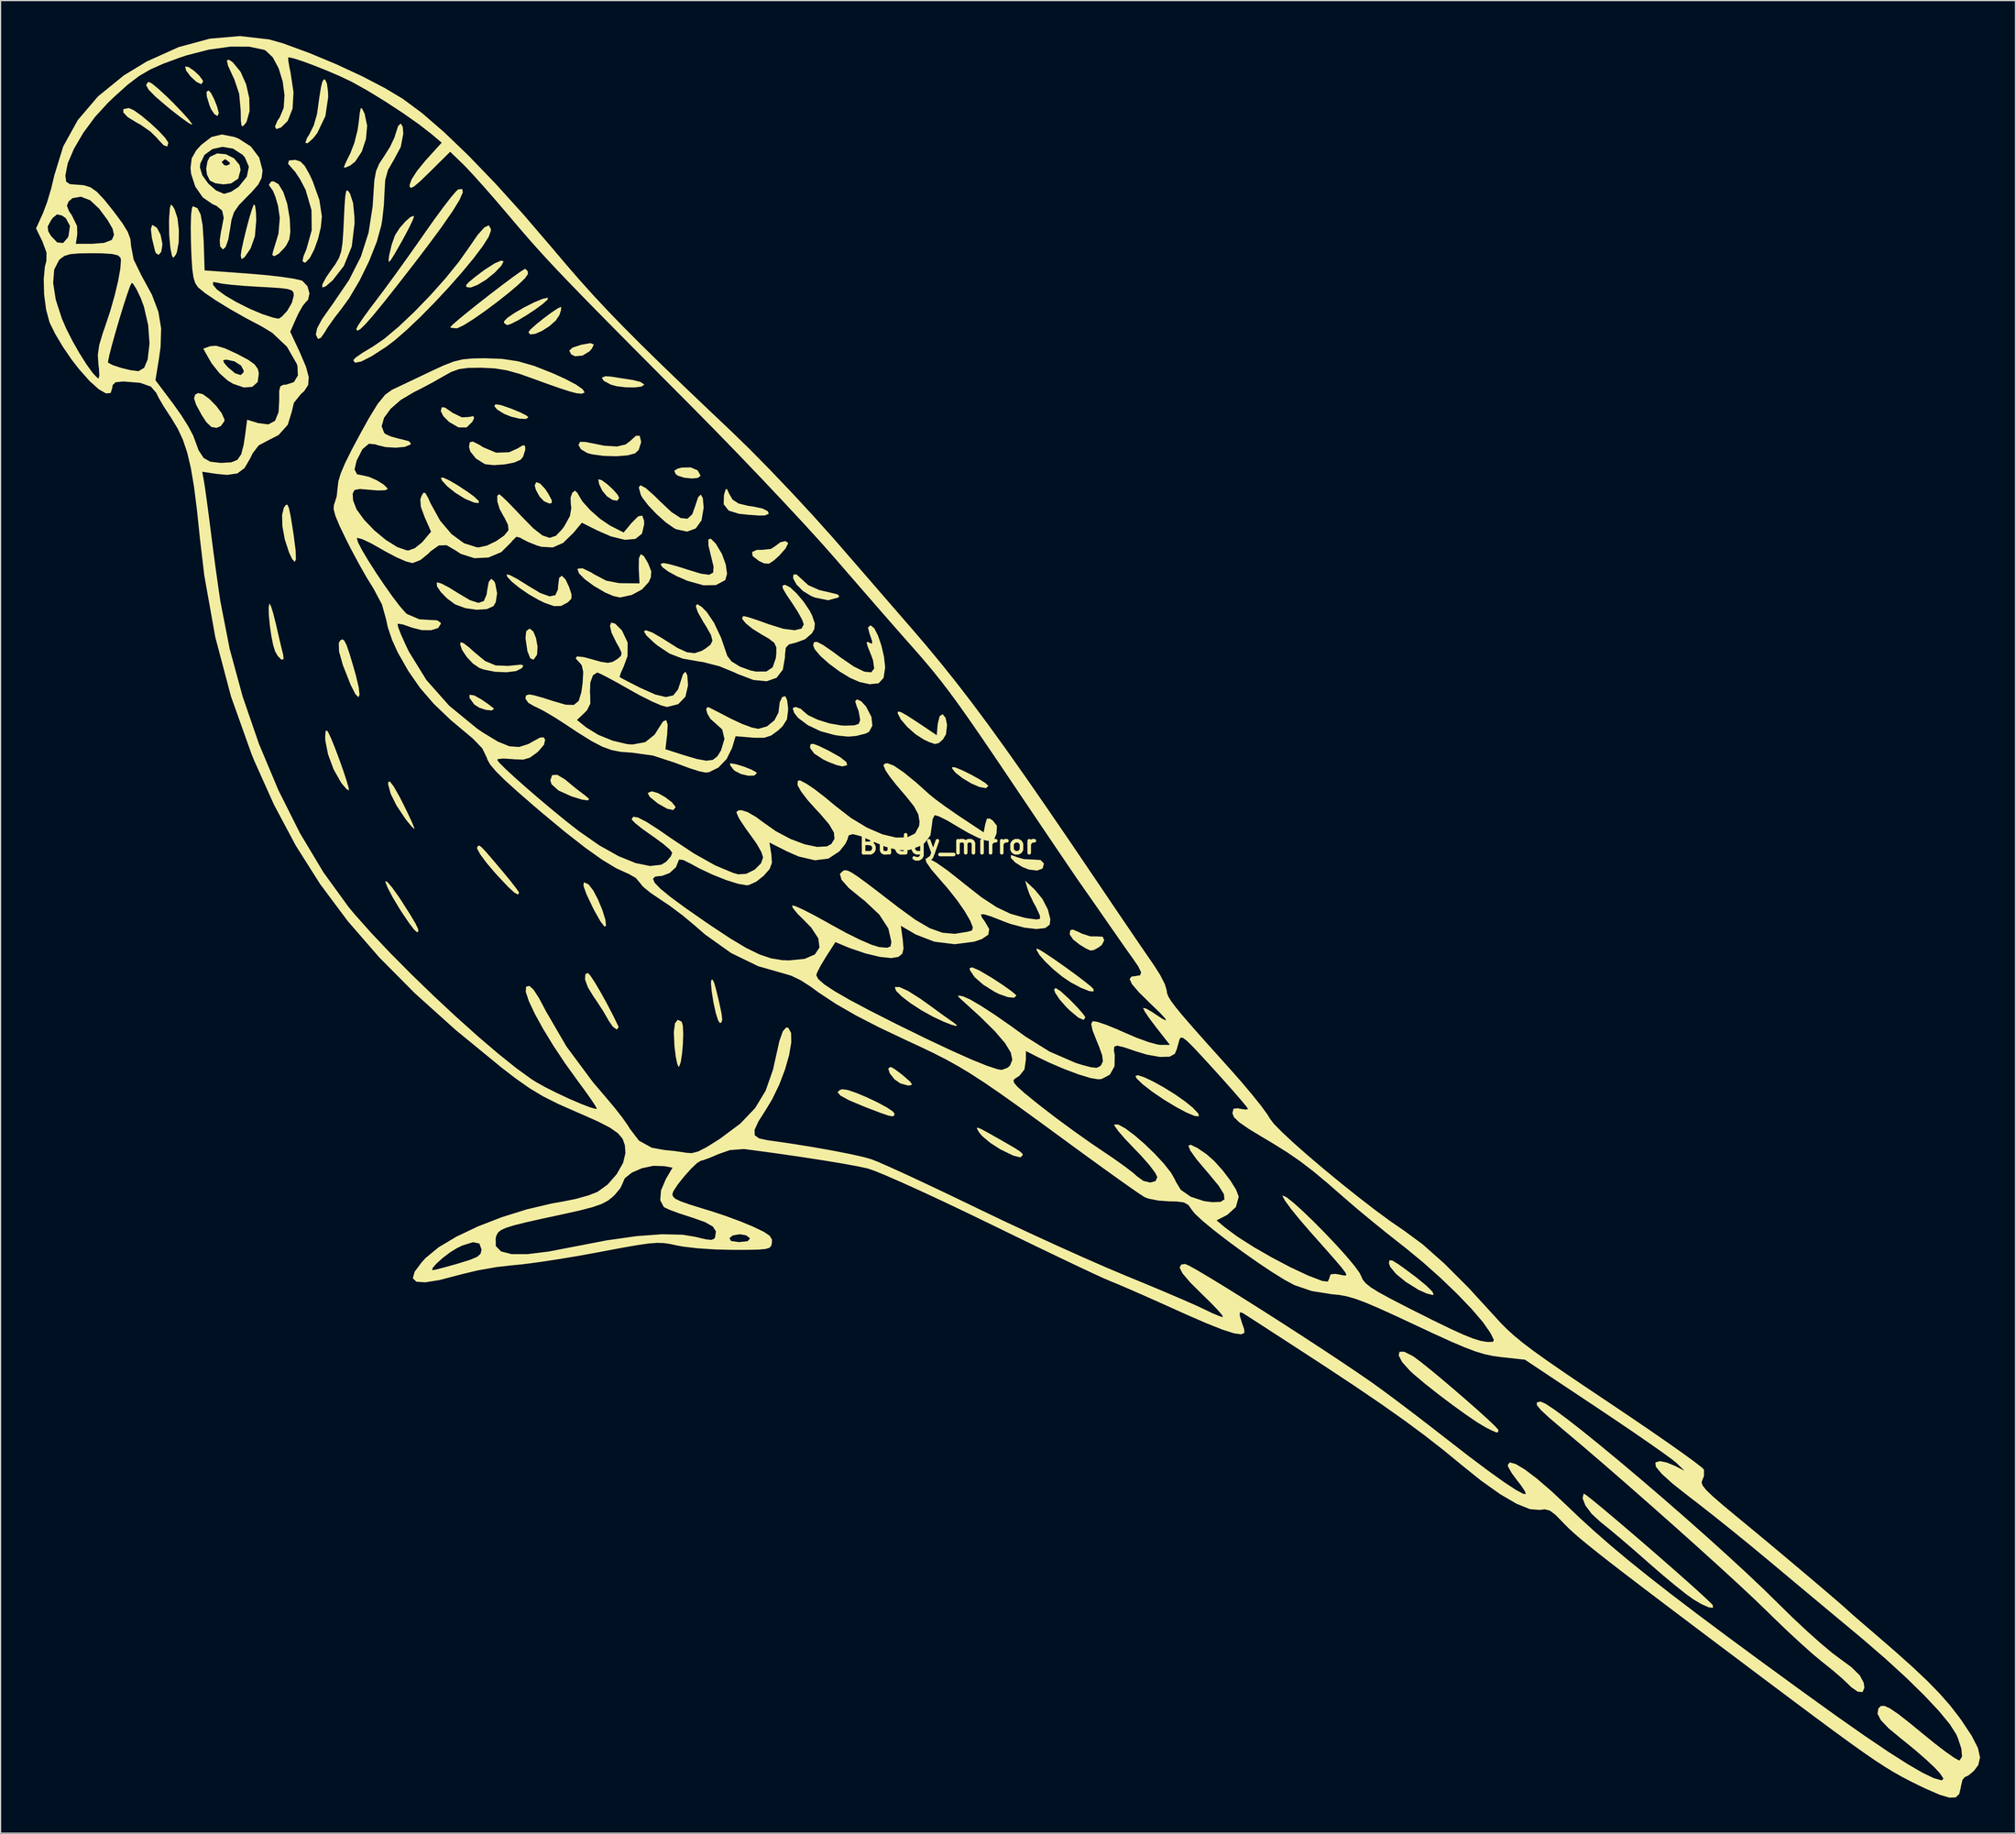
<source format=kicad_pcb>
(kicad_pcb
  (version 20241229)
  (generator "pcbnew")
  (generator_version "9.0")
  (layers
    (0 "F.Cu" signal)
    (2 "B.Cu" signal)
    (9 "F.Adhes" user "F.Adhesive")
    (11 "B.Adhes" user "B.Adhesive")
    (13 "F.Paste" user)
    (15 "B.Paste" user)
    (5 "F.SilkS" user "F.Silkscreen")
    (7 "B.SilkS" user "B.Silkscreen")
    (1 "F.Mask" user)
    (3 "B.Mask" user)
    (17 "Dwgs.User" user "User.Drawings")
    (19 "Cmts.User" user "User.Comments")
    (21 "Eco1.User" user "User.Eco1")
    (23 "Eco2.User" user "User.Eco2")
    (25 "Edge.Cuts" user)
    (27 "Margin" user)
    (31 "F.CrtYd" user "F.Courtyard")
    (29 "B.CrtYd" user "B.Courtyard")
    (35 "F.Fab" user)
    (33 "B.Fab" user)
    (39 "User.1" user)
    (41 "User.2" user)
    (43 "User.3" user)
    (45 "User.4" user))
  (footprint "Budgy_mirror"
    (layer "F.Cu")
    (at 77.092 68.366)
    (property "Reference" "Budgy_mirror" (at 0 0 0) (layer "F.SilkS") (effects (font (size 1.524 1.524) (thickness 0.3))))
    (attr board_only exclude_from_pos_files exclude_from_bom)
    (fp_poly (pts (xy -64.196 -65.747) (xy -63.747 -65.442) (xy -63.293 -65.022) (xy -63.003 -64.631) (xy -62.971 -64.512) (xy -63.118 -64.299) (xy -63.519 -64.485) (xy -64.028 -64.954) (xy -64.396 -65.441) (xy -64.486 -65.768) (xy -64.47 -65.793)) (stroke (width 0) (type solid)) (fill yes) (layer "F.SilkS"))
    (fp_poly (pts (xy -34.473 -30.533) (xy -34.046 -30.083) (xy -33.779 -29.678) (xy -33.486 -29.124) (xy -33.48 -28.886) (xy -33.695 -28.84) (xy -34.139 -29.039) (xy -34.513 -29.428) (xy -34.824 -29.997) (xy -34.925 -30.376) (xy -34.797 -30.649)) (stroke (width 0) (type solid)) (fill yes) (layer "F.SilkS"))
    (fp_poly (pts (xy -29.924 -42.285) (xy -30.103 -41.919) (xy -30.314 -41.691) (xy -30.894 -41.347) (xy -31.515 -41.294) (xy -31.838 -41.451) (xy -32 -41.763) (xy -31.739 -42.016) (xy -31.004 -42.261) (xy -30.956 -42.273) (xy -30.207 -42.402)) (stroke (width 0) (type solid)) (fill yes) (layer "F.SilkS"))
    (fp_poly (pts (xy -66.871 -52.154) (xy -66.568 -51.578) (xy -66.415 -50.843) (xy -66.41 -50.701) (xy -66.505 -50.128) (xy -66.721 -49.868) (xy -66.953 -50.002) (xy -67.033 -50.201) (xy -67.299 -51.302) (xy -67.383 -52.048) (xy -67.279 -52.377) (xy -67.234 -52.388)) (stroke (width 0) (type solid)) (fill yes) (layer "F.SilkS"))
    (fp_poly (pts (xy -62.296 -63.546) (xy -62.029 -63.027) (xy -61.785 -62.411) (xy -61.653 -61.904) (xy -61.648 -61.828) (xy -61.756 -61.607) (xy -62.008 -61.759) (xy -62.294 -62.19) (xy -62.416 -62.481) (xy -62.655 -63.263) (xy -62.675 -63.659) (xy -62.495 -63.765)) (stroke (width 0) (type solid)) (fill yes) (layer "F.SilkS"))
    (fp_poly (pts (xy -40.042 -12.616) (xy -39.423 -12.272) (xy -38.806 -11.845) (xy -38.424 -11.546) (xy -38.365 -11.474) (xy -38.57 -11.344) (xy -39.051 -11.393) (xy -39.604 -11.575) (xy -40.027 -11.843) (xy -40.043 -11.861) (xy -40.444 -12.413) (xy -40.429 -12.675)) (stroke (width 0) (type solid)) (fill yes) (layer "F.SilkS"))
    (fp_poly (pts (xy -37.769 -37.16) (xy -36.929 -36.872) (xy -36.164 -36.557) (xy -35.624 -36.282) (xy -35.454 -36.129) (xy -35.673 -35.99) (xy -36.217 -36.017) (xy -36.918 -36.186) (xy -37.505 -36.419) (xy -38.092 -36.783) (xy -38.344 -37.082) (xy -38.23 -37.231)) (stroke (width 0) (type solid)) (fill yes) (layer "F.SilkS"))
    (fp_poly (pts (xy -29.266 -30.822) (xy -28.811 -30.493) (xy -28.311 -30.038) (xy -27.918 -29.594) (xy -27.781 -29.319) (xy -27.946 -29.079) (xy -28.341 -29.144) (xy -28.814 -29.451) (xy -29.205 -29.916) (xy -29.481 -30.492) (xy -29.541 -30.86) (xy -29.524 -30.889)) (stroke (width 0) (type solid)) (fill yes) (layer "F.SilkS"))
    (fp_poly (pts (xy -21.149 -31.648) (xy -20.902 -31.208) (xy -20.902 -31.188) (xy -21.123 -31.007) (xy -21.651 -30.957) (xy -22.283 -31.024) (xy -22.818 -31.195) (xy -22.999 -31.329) (xy -23.122 -31.609) (xy -22.844 -31.791) (xy -22.491 -31.882) (xy -21.736 -31.897)) (stroke (width 0) (type solid)) (fill yes) (layer "F.SilkS"))
    (fp_poly (pts (xy -17.892 -6.796) (xy -17.23 -6.594) (xy -16.6 -6.346) (xy -16.197 -6.122) (xy -16.14 -6.044) (xy -16.35 -5.84) (xy -16.855 -5.823) (xy -17.466 -5.964) (xy -17.996 -6.234) (xy -18.124 -6.35) (xy -18.404 -6.731) (xy -18.394 -6.879)) (stroke (width 0) (type solid)) (fill yes) (layer "F.SilkS"))
    (fp_poly (pts (xy -4.523 18.954) (xy -3.982 19.352) (xy -3.704 19.579) (xy -3.167 20.052) (xy -3.009 20.283) (xy -3.194 20.359) (xy -3.373 20.366) (xy -4.003 20.19) (xy -4.498 19.844) (xy -4.907 19.323) (xy -5.024 18.93) (xy -4.829 18.793)) (stroke (width 0) (type solid)) (fill yes) (layer "F.SilkS"))
    (fp_poly (pts (xy -35.046 -18.025) (xy -34.813 -17.461) (xy -34.687 -16.764) (xy -34.718 -16.131) (xy -34.755 -16.009) (xy -35.023 -15.638) (xy -35.302 -15.758) (xy -35.531 -16.335) (xy -35.553 -16.437) (xy -35.703 -17.462) (xy -35.644 -18.051) (xy -35.369 -18.255) (xy -35.334 -18.256)) (stroke (width 0) (type solid)) (fill yes) (layer "F.SilkS"))
    (fp_poly (pts (xy -24.493 -4.354) (xy -23.882 -4.008) (xy -23.333 -3.588) (xy -23.033 -3.223) (xy -23.019 -3.157) (xy -23.204 -2.925) (xy -23.708 -3.028) (xy -24.459 -3.45) (xy -24.539 -3.506) (xy -25.196 -4.035) (xy -25.368 -4.367) (xy -25.055 -4.496) (xy -24.978 -4.498)) (stroke (width 0) (type solid)) (fill yes) (layer "F.SilkS"))
    (fp_poly (pts (xy -42.149 -30.798) (xy -41.416 -30.371) (xy -40.574 -29.812) (xy -40.068 -29.443) (xy -39.653 -29.054) (xy -39.666 -28.875) (xy -40.043 -28.919) (xy -40.723 -29.2) (xy -40.878 -29.279) (xy -41.645 -29.756) (xy -42.318 -30.296) (xy -42.762 -30.781) (xy -42.862 -31.017) (xy -42.666 -31.034)) (stroke (width 0) (type solid)) (fill yes) (layer "F.SilkS"))
    (fp_poly (pts (xy -37.558 -49.315) (xy -37.736 -48.962) (xy -38.298 -48.368) (xy -39.042 -47.764) (xy -39.759 -47.326) (xy -40.343 -47.102) (xy -40.685 -47.141) (xy -40.732 -47.294) (xy -40.524 -47.534) (xy -39.991 -47.981) (xy -39.241 -48.545) (xy -39.144 -48.615) (xy -38.303 -49.153) (xy -37.76 -49.383)) (stroke (width 0) (type solid)) (fill yes) (layer "F.SilkS"))
    (fp_poly (pts (xy -30.429 3.331) (xy -30.33 3.41) (xy -29.967 3.887) (xy -29.562 4.663) (xy -29.195 5.55) (xy -28.946 6.355) (xy -28.89 6.874) (xy -29.035 6.918) (xy -29.359 6.498) (xy -29.845 5.642) (xy -29.983 5.374) (xy -30.541 4.208) (xy -30.801 3.478) (xy -30.764 3.186)) (stroke (width 0) (type solid)) (fill yes) (layer "F.SilkS"))
    (fp_poly (pts (xy -28.469 -39.572) (xy -27.505 -39.421) (xy -26.591 -39.279) (xy -25.979 -39.12) (xy -25.673 -38.917) (xy -25.665 -38.882) (xy -25.897 -38.73) (xy -26.477 -38.658) (xy -27.23 -38.668) (xy -27.981 -38.757) (xy -28.482 -38.892) (xy -29.096 -39.223) (xy -29.247 -39.485) (xy -28.936 -39.606)) (stroke (width 0) (type solid)) (fill yes) (layer "F.SilkS"))
    (fp_poly (pts (xy 0.67 -6.519) (xy 1.249 -6.279) (xy 1.969 -5.923) (xy 2.677 -5.531) (xy 3.218 -5.184) (xy 3.439 -4.963) (xy 3.439 -4.961) (xy 3.236 -4.775) (xy 2.682 -4.873) (xy 1.985 -5.179) (xy 1.238 -5.628) (xy 0.665 -6.08) (xy 0.378 -6.436) (xy 0.388 -6.561)) (stroke (width 0) (type solid)) (fill yes) (layer "F.SilkS"))
    (fp_poly (pts (xy -62.996 -38.091) (xy -62.441 -37.686) (xy -61.865 -37.103) (xy -61.396 -36.48) (xy -61.164 -35.952) (xy -61.163 -35.814) (xy -61.47 -35.386) (xy -61.829 -35.24) (xy -62.267 -35.313) (xy -62.699 -35.729) (xy -63.083 -36.322) (xy -63.556 -37.193) (xy -63.734 -37.735) (xy -63.634 -38.047) (xy -63.401 -38.183)) (stroke (width 0) (type solid)) (fill yes) (layer "F.SilkS"))
    (fp_poly (pts (xy -55.709 -28.457) (xy -55.569 -27.808) (xy -55.393 -26.729) (xy -55.299 -26.106) (xy -55.144 -24.881) (xy -55.117 -24.142) (xy -55.217 -23.899) (xy -55.441 -24.157) (xy -55.697 -24.703) (xy -56.056 -25.798) (xy -56.26 -26.913) (xy -56.288 -27.874) (xy -56.141 -28.476) (xy -55.972 -28.726) (xy -55.835 -28.741)) (stroke (width 0) (type solid)) (fill yes) (layer "F.SilkS"))
    (fp_poly (pts (xy -46.841 -4.908) (xy -46.348 -4.038) (xy -46.102 -3.559) (xy -45.631 -2.599) (xy -45.283 -1.845) (xy -45.104 -1.399) (xy -45.097 -1.323) (xy -45.315 -1.514) (xy -45.714 -1.991) (xy -45.861 -2.183) (xy -46.604 -3.297) (xy -47.107 -4.305) (xy -47.317 -5.091) (xy -47.31 -5.297) (xy -47.167 -5.335)) (stroke (width 0) (type solid)) (fill yes) (layer "F.SilkS"))
    (fp_poly (pts (xy -42.517 -36.959) (xy -41.96 -36.578) (xy -41.88 -36.515) (xy -41.084 -36.13) (xy -40.553 -36.154) (xy -40.097 -36.231) (xy -40.055 -36.045) (xy -40.197 -35.755) (xy -40.687 -35.274) (xy -41.363 -35.278) (xy -42.165 -35.738) (xy -42.645 -36.22) (xy -42.862 -36.643) (xy -42.862 -36.664) (xy -42.79 -36.984)) (stroke (width 0) (type solid)) (fill yes) (layer "F.SilkS"))
    (fp_poly (pts (xy -32.685 -45.464) (xy -32.705 -45.181) (xy -32.83 -44.782) (xy -33.153 -44.304) (xy -33.691 -43.83) (xy -34.317 -43.433) (xy -34.903 -43.181) (xy -35.323 -43.145) (xy -35.454 -43.335) (xy -35.266 -43.575) (xy -34.791 -43.998) (xy -34.163 -44.502) (xy -33.515 -44.984) (xy -32.982 -45.341) (xy -32.697 -45.47)) (stroke (width 0) (type solid)) (fill yes) (layer "F.SilkS"))
    (fp_poly (pts (xy -32.367 -5.518) (xy -32.199 -5.378) (xy -31.481 -4.782) (xy -30.8 -4.262) (xy -30.685 -4.181) (xy -30.327 -3.865) (xy -30.421 -3.738) (xy -30.921 -3.806) (xy -31.785 -4.071) (xy -31.819 -4.082) (xy -32.919 -4.582) (xy -33.503 -5.108) (xy -33.602 -5.441) (xy -33.448 -5.88) (xy -33.019 -5.905)) (stroke (width 0) (type solid)) (fill yes) (layer "F.SilkS"))
    (fp_poly (pts (xy -22.494 14.971) (xy -22.395 15.324) (xy -22.365 16.002) (xy -22.392 16.845) (xy -22.465 17.693) (xy -22.574 18.384) (xy -22.707 18.759) (xy -22.754 18.785) (xy -22.871 18.544) (xy -22.998 17.911) (xy -23.107 17.023) (xy -23.108 17.008) (xy -23.158 15.852) (xy -23.061 15.107) (xy -22.828 14.809)) (stroke (width 0) (type solid)) (fill yes) (layer "F.SilkS"))
    (fp_poly (pts (xy -12.464 -22.557) (xy -11.791 -21.938) (xy -10.856 -21.525) (xy -9.94 -21.313) (xy -9.31 -21.158) (xy -9.162 -20.995) (xy -9.279 -20.885) (xy -10.119 -20.664) (xy -11.223 -20.89) (xy -11.542 -21.018) (xy -12.233 -21.441) (xy -12.782 -21.988) (xy -13.072 -22.521) (xy -13.048 -22.833) (xy -12.794 -22.85)) (stroke (width 0) (type solid)) (fill yes) (layer "F.SilkS"))
    (fp_poly (pts (xy 5.675 0.982) (xy 5.778 1.035) (xy 6.434 1.225) (xy 7.187 1.259) (xy 7.853 1.299) (xy 8.13 1.585) (xy 8.138 1.619) (xy 8.025 2.023) (xy 7.556 2.191) (xy 6.859 2.107) (xy 6.311 1.89) (xy 5.711 1.508) (xy 5.361 1.141) (xy 5.343 1.099) (xy 5.349 0.878)) (stroke (width 0) (type solid)) (fill yes) (layer "F.SilkS"))
    (fp_poly (pts (xy 9.547 12.388) (xy 10.269 13.048) (xy 10.319 13.097) (xy 10.975 13.771) (xy 11.449 14.31) (xy 11.641 14.602) (xy 11.642 14.608) (xy 11.487 14.819) (xy 11.043 14.622) (xy 10.336 14.032) (xy 10.054 13.758) (xy 9.47 13.098) (xy 9.085 12.518) (xy 8.996 12.247) (xy 9.13 12.125)) (stroke (width 0) (type solid)) (fill yes) (layer "F.SilkS"))
    (fp_poly (pts (xy -65.56 -54.022) (xy -65.381 -53.724) (xy -65.135 -52.98) (xy -65.016 -51.978) (xy -65.028 -50.943) (xy -65.179 -50.104) (xy -65.274 -49.885) (xy -65.461 -49.63) (xy -65.588 -49.741) (xy -65.703 -50.288) (xy -65.743 -50.546) (xy -65.834 -51.574) (xy -65.848 -52.714) (xy -65.834 -53.049) (xy -65.775 -53.812) (xy -65.699 -54.114)) (stroke (width 0) (type solid)) (fill yes) (layer "F.SilkS"))
    (fp_poly (pts (xy -51.038 -17.265) (xy -50.844 -16.895) (xy -50.596 -16.184) (xy -50.261 -15.061) (xy -50.06 -14.354) (xy -49.807 -13.308) (xy -49.738 -12.67) (xy -49.836 -12.466) (xy -50.084 -12.722) (xy -50.465 -13.464) (xy -50.531 -13.617) (xy -51.148 -15.184) (xy -51.468 -16.321) (xy -51.493 -17.035) (xy -51.383 -17.249) (xy -51.207 -17.36)) (stroke (width 0) (type solid)) (fill yes) (layer "F.SilkS"))
    (fp_poly (pts (xy -33.796 -46.235) (xy -33.851 -46.065) (xy -34.249 -45.712) (xy -34.873 -45.254) (xy -35.606 -44.769) (xy -36.331 -44.334) (xy -36.931 -44.028) (xy -37.262 -43.926) (xy -37.521 -44.107) (xy -37.511 -44.252) (xy -37.227 -44.55) (xy -36.609 -44.969) (xy -35.809 -45.429) (xy -34.977 -45.848) (xy -34.265 -46.145) (xy -33.824 -46.241)) (stroke (width 0) (type solid)) (fill yes) (layer "F.SilkS"))
    (fp_poly (pts (xy -19.764 11.633) (xy -19.603 12.182) (xy -19.368 13.151) (xy -19.338 13.28) (xy -19.131 14.242) (xy -19.065 14.795) (xy -19.135 15.039) (xy -19.269 15.081) (xy -19.423 14.842) (xy -19.617 14.216) (xy -19.809 13.337) (xy -19.81 13.33) (xy -19.954 12.427) (xy -20.02 11.747) (xy -19.995 11.44) (xy -19.884 11.415)) (stroke (width 0) (type solid)) (fill yes) (layer "F.SilkS"))
    (fp_poly (pts (xy -13.507 -25.523) (xy -13.502 -25.466) (xy -13.71 -25.043) (xy -14.234 -24.447) (xy -14.689 -24.033) (xy -15.116 -23.752) (xy -15.529 -23.782) (xy -15.958 -23.984) (xy -16.497 -24.4) (xy -16.542 -24.746) (xy -16.12 -24.927) (xy -15.699 -24.922) (xy -14.947 -25.002) (xy -14.565 -25.252) (xy -14.158 -25.562) (xy -13.736 -25.666)) (stroke (width 0) (type solid)) (fill yes) (layer "F.SilkS"))
    (fp_poly (pts (xy -10.912 -8.355) (xy -10.078 -7.95) (xy -10.054 -7.938) (xy -9.103 -7.404) (xy -8.577 -6.99) (xy -8.497 -6.72) (xy -8.886 -6.618) (xy -8.93 -6.618) (xy -9.435 -6.737) (xy -10.173 -7.031) (xy -10.517 -7.198) (xy -11.283 -7.695) (xy -11.63 -8.165) (xy -11.642 -8.256) (xy -11.594 -8.489) (xy -11.384 -8.528)) (stroke (width 0) (type solid)) (fill yes) (layer "F.SilkS"))
    (fp_poly (pts (xy 2.665 10.633) (xy 3.674 11.225) (xy 3.822 11.318) (xy 4.704 11.897) (xy 5.385 12.383) (xy 5.763 12.7) (xy 5.807 12.766) (xy 5.617 12.945) (xy 5.089 12.893) (xy 4.351 12.634) (xy 3.969 12.446) (xy 3.003 11.838) (xy 2.275 11.199) (xy 1.888 10.629) (xy 1.852 10.448) (xy 2.056 10.373)) (stroke (width 0) (type solid)) (fill yes) (layer "F.SilkS"))
    (fp_poly (pts (xy 37.607 35.166) (xy 38.123 35.483) (xy 38.48 35.735) (xy 39.635 36.595) (xy 40.482 37.292) (xy 40.983 37.788) (xy 41.098 38.048) (xy 41.01 38.078) (xy 40.519 37.957) (xy 39.854 37.661) (xy 39.788 37.626) (xy 38.737 36.969) (xy 37.914 36.295) (xy 37.415 35.693) (xy 37.309 35.372) (xy 37.367 35.139)) (stroke (width 0) (type solid)) (fill yes) (layer "F.SilkS"))
    (fp_poly (pts (xy -67.28 -64.343) (xy -66.735 -63.894) (xy -66.005 -63.219) (xy -65.486 -62.708) (xy -64.739 -61.932) (xy -64.191 -61.318) (xy -63.909 -60.944) (xy -63.904 -60.866) (xy -64.211 -61.03) (xy -64.814 -61.459) (xy -65.608 -62.075) (xy -66.014 -62.404) (xy -66.993 -63.243) (xy -67.571 -63.83) (xy -67.784 -64.212) (xy -67.666 -64.436) (xy -67.549 -64.487)) (stroke (width 0) (type solid)) (fill yes) (layer "F.SilkS"))
    (fp_poly (pts (xy -60.444 -66.135) (xy -59.8 -65.348) (xy -59.329 -64.29) (xy -59.063 -63.125) (xy -59.038 -62.018) (xy -59.286 -61.133) (xy -59.391 -60.971) (xy -59.603 -60.736) (xy -59.721 -60.795) (xy -59.773 -61.229) (xy -59.787 -62.066) (xy -59.915 -63.479) (xy -60.329 -64.717) (xy -60.448 -64.964) (xy -60.857 -65.857) (xy -60.962 -66.321) (xy -60.762 -66.358)) (stroke (width 0) (type solid)) (fill yes) (layer "F.SilkS"))
    (fp_poly (pts (xy -58.564 -54.003) (xy -58.495 -53.463) (xy -58.474 -52.762) (xy -58.586 -51.431) (xy -58.94 -50.438) (xy -58.999 -50.337) (xy -59.452 -49.676) (xy -59.711 -49.5) (xy -59.785 -49.803) (xy -59.785 -49.808) (xy -59.712 -50.31) (xy -59.541 -51.106) (xy -59.313 -52.039) (xy -59.068 -52.954) (xy -58.845 -53.695) (xy -58.686 -54.107) (xy -58.664 -54.136)) (stroke (width 0) (type solid)) (fill yes) (layer "F.SilkS"))
    (fp_poly (pts (xy -52.385 -9.493) (xy -52.15 -9) (xy -51.832 -8.219) (xy -51.477 -7.281) (xy -51.134 -6.317) (xy -50.848 -5.457) (xy -50.666 -4.833) (xy -50.632 -4.578) (xy -50.838 -4.696) (xy -51.209 -5.127) (xy -51.306 -5.259) (xy -51.927 -6.36) (xy -52.398 -7.623) (xy -52.632 -8.803) (xy -52.644 -9.095) (xy -52.608 -9.609) (xy -52.491 -9.647)) (stroke (width 0) (type solid)) (fill yes) (layer "F.SilkS"))
    (fp_poly (pts (xy -47.379 3.162) (xy -46.996 3.606) (xy -46.472 4.334) (xy -46.19 4.76) (xy -45.461 5.903) (xy -45.003 6.674) (xy -44.781 7.138) (xy -44.766 7.359) (xy -44.885 7.402) (xy -45.117 7.19) (xy -45.548 6.627) (xy -46.101 5.815) (xy -46.378 5.383) (xy -46.931 4.458) (xy -47.339 3.689) (xy -47.542 3.19) (xy -47.551 3.085)) (stroke (width 0) (type solid)) (fill yes) (layer "F.SilkS"))
    (fp_poly (pts (xy -45.129 -53.155) (xy -45.201 -52.892) (xy -45.487 -52.279) (xy -45.934 -51.425) (xy -46.208 -50.93) (xy -46.758 -49.965) (xy -47.094 -49.425) (xy -47.256 -49.267) (xy -47.282 -49.45) (xy -47.224 -49.865) (xy -47.019 -50.738) (xy -46.744 -51.503) (xy -46.703 -51.585) (xy -46.33 -52.155) (xy -45.857 -52.696) (xy -45.416 -53.076) (xy -45.139 -53.163)) (stroke (width 0) (type solid)) (fill yes) (layer "F.SilkS"))
    (fp_poly (pts (xy -18.511 -29.727) (xy -18.198 -29.179) (xy -17.685 -28.841) (xy -16.833 -28.637) (xy -16.425 -28.582) (xy -15.662 -28.419) (xy -15.214 -28.192) (xy -15.129 -27.974) (xy -15.455 -27.836) (xy -15.919 -27.824) (xy -16.846 -27.889) (xy -17.641 -27.971) (xy -18.52 -28.243) (xy -18.943 -28.782) (xy -18.919 -29.564) (xy -18.772 -30.051) (xy -18.655 -30.061)) (stroke (width 0) (type solid)) (fill yes) (layer "F.SilkS"))
    (fp_poly (pts (xy 11.124 7.411) (xy 11.35 7.526) (xy 12.06 7.757) (xy 12.659 7.76) (xy 13.108 7.789) (xy 13.237 8.084) (xy 13.036 8.482) (xy 12.717 8.722) (xy 12.335 8.92) (xy 12.061 8.951) (xy 11.695 8.783) (xy 11.179 8.47) (xy 10.619 8.031) (xy 10.33 7.615) (xy 10.319 7.545) (xy 10.368 7.229) (xy 10.596 7.185)) (stroke (width 0) (type solid)) (fill yes) (layer "F.SilkS"))
    (fp_poly (pts (xy 16.61 19.665) (xy 17.378 20.029) (xy 18.28 20.529) (xy 19.214 21.109) (xy 20.08 21.714) (xy 20.733 22.247) (xy 21.199 22.743) (xy 21.242 22.974) (xy 20.895 22.944) (xy 20.193 22.652) (xy 19.315 22.185) (xy 18.243 21.534) (xy 17.268 20.868) (xy 16.486 20.261) (xy 15.995 19.787) (xy 15.875 19.565) (xy 16.076 19.492)) (stroke (width 0) (type solid)) (fill yes) (layer "F.SilkS"))
    (fp_poly (pts (xy -52.639 -64.682) (xy -52.494 -64.349) (xy -52.403 -63.671) (xy -52.388 -63.207) (xy -52.627 -61.597) (xy -53.312 -60.166) (xy -53.651 -59.73) (xy -54.116 -59.312) (xy -54.318 -59.33) (xy -54.191 -59.728) (xy -54.002 -60.022) (xy -53.62 -60.781) (xy -53.346 -61.717) (xy -53.309 -61.94) (xy -53.132 -63.218) (xy -52.995 -64.05) (xy -52.878 -64.518) (xy -52.763 -64.7)) (stroke (width 0) (type solid)) (fill yes) (layer "F.SilkS"))
    (fp_poly (pts (xy -49.527 -62.247) (xy -49.348 -61.883) (xy -49.303 -61.78) (xy -49.094 -60.791) (xy -49.193 -59.669) (xy -49.548 -58.595) (xy -50.111 -57.746) (xy -50.538 -57.413) (xy -50.946 -57.244) (xy -51.065 -57.265) (xy -50.953 -57.56) (xy -50.671 -58.148) (xy -50.518 -58.447) (xy -50.176 -59.328) (xy -49.903 -60.423) (xy -49.812 -61.034) (xy -49.717 -61.884) (xy -49.636 -62.268)) (stroke (width 0) (type solid)) (fill yes) (layer "F.SilkS"))
    (fp_poly (pts (xy -30.222 11.066) (xy -29.84 11.649) (xy -29.345 12.488) (xy -28.802 13.472) (xy -28.27 14.493) (xy -27.828 15.412) (xy -27.935 15.601) (xy -28.017 15.61) (xy -28.313 15.398) (xy -28.675 14.875) (xy -28.728 14.776) (xy -29.159 14.035) (xy -29.722 13.173) (xy -29.926 12.884) (xy -30.421 12.074) (xy -30.668 11.396) (xy -30.642 10.957) (xy -30.43 10.848)) (stroke (width 0) (type solid)) (fill yes) (layer "F.SilkS"))
    (fp_poly (pts (xy -8.455 20.746) (xy -7.727 20.993) (xy -6.846 21.361) (xy -5.949 21.786) (xy -5.171 22.205) (xy -4.645 22.554) (xy -4.498 22.741) (xy -4.526 22.913) (xy -4.67 22.976) (xy -5.015 22.91) (xy -5.648 22.694) (xy -6.657 22.309) (xy -7.099 22.137) (xy -8.333 21.618) (xy -9.068 21.219) (xy -9.317 20.927) (xy -9.094 20.731) (xy -8.896 20.681)) (stroke (width 0) (type solid)) (fill yes) (layer "F.SilkS"))
    (fp_poly (pts (xy 2.813 24.037) (xy 3.484 24.4) (xy 3.836 24.599) (xy 4.943 25.228) (xy 5.667 25.651) (xy 6.089 25.923) (xy 6.289 26.096) (xy 6.348 26.222) (xy 6.35 26.257) (xy 6.148 26.445) (xy 5.541 26.293) (xy 4.53 25.801) (xy 4.39 25.725) (xy 3.577 25.198) (xy 2.915 24.64) (xy 2.671 24.352) (xy 2.479 24.028) (xy 2.502 23.918)) (stroke (width 0) (type solid)) (fill yes) (layer "F.SilkS"))
    (fp_poly (pts (xy 7.77 8.886) (xy 8.324 9.233) (xy 9.087 9.749) (xy 9.953 10.359) (xy 10.817 10.987) (xy 11.572 11.558) (xy 12.113 11.995) (xy 12.325 12.206) (xy 12.329 12.422) (xy 11.95 12.379) (xy 11.259 12.098) (xy 10.413 11.65) (xy 9.694 11.166) (xy 8.944 10.551) (xy 8.265 9.903) (xy 7.755 9.322) (xy 7.514 8.906) (xy 7.531 8.785)) (stroke (width 0) (type solid)) (fill yes) (layer "F.SilkS"))
    (fp_poly (pts (xy -69.213 -62.27) (xy -68.796 -62.077) (xy -68.158 -61.617) (xy -67.424 -61.004) (xy -66.722 -60.349) (xy -66.177 -59.766) (xy -65.916 -59.366) (xy -65.91 -59.333) (xy -65.997 -59.024) (xy -66.308 -59.135) (xy -66.782 -59.64) (xy -66.849 -59.73) (xy -67.411 -60.281) (xy -68.22 -60.849) (xy -68.633 -61.078) (xy -69.345 -61.516) (xy -69.714 -61.91) (xy -69.705 -62.188) (xy -69.281 -62.275)) (stroke (width 0) (type solid)) (fill yes) (layer "F.SilkS"))
    (fp_poly (pts (xy -57.216 -20.135) (xy -57.023 -19.506) (xy -56.8 -18.615) (xy -56.763 -18.455) (xy -56.534 -17.45) (xy -56.333 -16.606) (xy -56.202 -16.095) (xy -56.195 -16.073) (xy -56.162 -15.674) (xy -56.349 -15.646) (xy -56.651 -15.949) (xy -56.874 -16.338) (xy -57.043 -16.879) (xy -57.2 -17.672) (xy -57.327 -18.566) (xy -57.408 -19.413) (xy -57.424 -20.063) (xy -57.359 -20.366) (xy -57.34 -20.373)) (stroke (width 0) (type solid)) (fill yes) (layer "F.SilkS"))
    (fp_poly (pts (xy -3.364 12.365) (xy -2.328 13.017) (xy -1.413 13.671) (xy -0.615 14.256) (xy 0.073 14.749) (xy 0.439 15) (xy 0.78 15.264) (xy 0.711 15.334) (xy 0.307 15.227) (xy -0.359 14.964) (xy -1.214 14.563) (xy -1.215 14.563) (xy -2.223 14.006) (xy -3.144 13.407) (xy -3.888 12.836) (xy -4.361 12.365) (xy -4.472 12.066) (xy -4.456 12.045) (xy -4.086 12.035)) (stroke (width 0) (type solid)) (fill yes) (layer "F.SilkS"))
    (fp_poly (pts (xy -40.931 -17.028) (xy -40.442 -16.651) (xy -40.053 -16.293) (xy -39.118 -15.524) (xy -38.224 -15.153) (xy -37.164 -15.112) (xy -36.748 -15.157) (xy -36.1 -15.22) (xy -35.883 -15.15) (xy -36.003 -14.926) (xy -36.495 -14.676) (xy -37.317 -14.573) (xy -38.288 -14.616) (xy -39.229 -14.804) (xy -39.604 -14.939) (xy -40.141 -15.304) (xy -40.662 -15.858) (xy -41.062 -16.453) (xy -41.231 -16.94) (xy -41.178 -17.118)) (stroke (width 0) (type solid)) (fill yes) (layer "F.SilkS"))
    (fp_poly (pts (xy -39.6 -33.801) (xy -39.291 -33.602) (xy -38.19 -33.141) (xy -37.091 -33.176) (xy -36.371 -33.5) (xy -35.912 -33.772) (xy -35.742 -33.717) (xy -35.719 -33.4) (xy -35.908 -32.795) (xy -36.116 -32.544) (xy -36.658 -32.307) (xy -37.489 -32.146) (xy -38.372 -32.087) (xy -39.067 -32.158) (xy -39.158 -32.188) (xy -39.888 -32.642) (xy -40.372 -33.241) (xy -40.481 -33.643) (xy -40.413 -34.027) (xy -40.148 -34.08)) (stroke (width 0) (type solid)) (fill yes) (layer "F.SilkS"))
    (fp_poly (pts (xy -39.419 0.217) (xy -39.083 0.571) (xy -38.536 1.203) (xy -37.715 2.172) (xy -37.62 2.285) (xy -36.98 3.061) (xy -36.5 3.68) (xy -36.26 4.034) (xy -36.248 4.071) (xy -36.341 4.222) (xy -36.646 4.057) (xy -37.197 3.546) (xy -38.032 2.658) (xy -38.307 2.354) (xy -39.01 1.525) (xy -39.527 0.825) (xy -39.788 0.353) (xy -39.797 0.227) (xy -39.713 0.105) (xy -39.608 0.082)) (stroke (width 0) (type solid)) (fill yes) (layer "F.SilkS"))
    (fp_poly (pts (xy -26.042 -34.568) (xy -25.93 -34.084) (xy -25.929 -34.008) (xy -26.131 -33.373) (xy -26.441 -33.082) (xy -27.085 -32.91) (xy -28.042 -32.839) (xy -29.106 -32.87) (xy -30.069 -32.999) (xy -30.493 -33.116) (xy -31.016 -33.431) (xy -31.221 -33.787) (xy -31.092 -34.058) (xy -30.628 -34.049) (xy -30.493 -34.019) (xy -29.031 -33.728) (xy -27.973 -33.664) (xy -27.248 -33.83) (xy -26.88 -34.104) (xy -26.353 -34.574)) (stroke (width 0) (type solid)) (fill yes) (layer "F.SilkS"))
    (fp_poly (pts (xy -56.589 -55.845) (xy -56.184 -55.178) (xy -55.857 -54.197) (xy -55.651 -53.012) (xy -55.632 -52.796) (xy -55.589 -51.829) (xy -55.674 -51.189) (xy -55.924 -50.683) (xy -56.083 -50.469) (xy -56.56 -49.973) (xy -56.937 -49.753) (xy -57.113 -49.846) (xy -57.061 -50.122) (xy -56.594 -51.655) (xy -56.48 -52.984) (xy -56.629 -54.008) (xy -56.852 -54.781) (xy -57.076 -55.317) (xy -57.177 -55.447) (xy -57.409 -55.78) (xy -57.227 -56.053) (xy -57.025 -56.092)) (stroke (width 0) (type solid)) (fill yes) (layer "F.SilkS"))
    (fp_poly (pts (xy -3.932 -11.194) (xy -3.45 -10.923) (xy -2.656 -10.412) (xy -1.852 -9.874) (xy -0.926 -9.249) (xy -0.843 -10.197) (xy -0.683 -10.856) (xy -0.429 -11.031) (xy -0.181 -10.73) (xy -0.052 -10.133) (xy -0.143 -9.332) (xy -0.401 -8.897) (xy -0.758 -8.583) (xy -1.087 -8.509) (xy -1.578 -8.676) (xy -2.058 -8.906) (xy -2.744 -9.352) (xy -3.426 -9.962) (xy -3.967 -10.592) (xy -4.227 -11.099) (xy -4.233 -11.163) (xy -4.169 -11.261)) (stroke (width 0) (type solid)) (fill yes) (layer "F.SilkS"))
    (fp_poly (pts (xy -50.618 -55.162) (xy -50.539 -55.033) (xy -50.283 -54.252) (xy -50.166 -53.044) (xy -50.16 -52.52) (xy -50.394 -50.576) (xy -51.068 -48.922) (xy -52.002 -47.722) (xy -52.59 -47.209) (xy -52.887 -47.105) (xy -52.88 -47.372) (xy -52.56 -47.972) (xy -52.212 -48.477) (xy -51.767 -49.1) (xy -51.471 -49.614) (xy -51.287 -50.157) (xy -51.178 -50.864) (xy -51.108 -51.872) (xy -51.065 -52.777) (xy -51.003 -54.036) (xy -50.943 -54.836) (xy -50.87 -55.244) (xy -50.767 -55.33)) (stroke (width 0) (type solid)) (fill yes) (layer "F.SilkS"))
    (fp_poly (pts (xy -35.505 -48.475) (xy -35.502 -48.232) (xy -35.748 -47.885) (xy -36.335 -47.322) (xy -37.165 -46.62) (xy -38.136 -45.855) (xy -39.149 -45.102) (xy -40.103 -44.438) (xy -40.898 -43.937) (xy -41.435 -43.677) (xy -41.543 -43.656) (xy -41.972 -43.694) (xy -42.069 -43.744) (xy -41.871 -43.961) (xy -41.339 -44.423) (xy -40.561 -45.061) (xy -39.627 -45.805) (xy -38.628 -46.585) (xy -37.652 -47.332) (xy -36.789 -47.975) (xy -36.129 -48.445) (xy -35.762 -48.673) (xy -35.726 -48.683)) (stroke (width 0) (type solid)) (fill yes) (layer "F.SilkS"))
    (fp_poly (pts (xy -61.034 -58.374) (xy -60.345 -58.023) (xy -59.887 -57.467) (xy -59.796 -57.056) (xy -59.998 -56.311) (xy -60.605 -55.907) (xy -61.251 -55.827) (xy -61.936 -55.924) (xy -62.389 -56.145) (xy -62.633 -56.639) (xy -62.706 -57.15) (xy -62.612 -57.679) (xy -61.383 -57.679) (xy -61.168 -57.447) (xy -60.971 -57.415) (xy -60.697 -57.543) (xy -60.722 -57.679) (xy -61.06 -57.934) (xy -61.134 -57.944) (xy -61.376 -57.742) (xy -61.383 -57.679) (xy -62.612 -57.679) (xy -62.591 -57.795) (xy -62.389 -58.155) (xy -61.775 -58.443)) (stroke (width 0) (type solid)) (fill yes) (layer "F.SilkS"))
    (fp_poly (pts (xy -38.35 -22.268) (xy -38.261 -22.071) (xy -38.106 -21.251) (xy -38.218 -20.495) (xy -38.417 -20.161) (xy -38.979 -19.912) (xy -39.83 -19.859) (xy -40.773 -19.99) (xy -41.609 -20.295) (xy -41.707 -20.351) (xy -42.337 -20.82) (xy -42.861 -21.353) (xy -43.183 -21.831) (xy -43.21 -22.135) (xy -43.151 -22.173) (xy -42.818 -22.079) (xy -42.192 -21.753) (xy -41.448 -21.291) (xy -40.406 -20.674) (xy -39.682 -20.44) (xy -39.227 -20.596) (xy -38.991 -21.144) (xy -38.944 -21.5) (xy -38.812 -22.21) (xy -38.6 -22.478)) (stroke (width 0) (type solid)) (fill yes) (layer "F.SilkS"))
    (fp_poly (pts (xy -25.536 -30.15) (xy -24.786 -29.486) (xy -24.367 -29.066) (xy -23.354 -28.116) (xy -22.579 -27.613) (xy -22.005 -27.555) (xy -21.599 -27.934) (xy -21.348 -28.641) (xy -21.105 -29.378) (xy -20.877 -29.596) (xy -20.707 -29.304) (xy -20.638 -28.514) (xy -20.637 -28.484) (xy -20.815 -27.422) (xy -21.304 -26.734) (xy -22.038 -26.467) (xy -22.95 -26.664) (xy -23.151 -26.765) (xy -23.837 -27.247) (xy -24.613 -27.941) (xy -25.33 -28.696) (xy -25.837 -29.361) (xy -25.956 -29.589) (xy -26.124 -30.202) (xy -25.983 -30.389)) (stroke (width 0) (type solid)) (fill yes) (layer "F.SilkS"))
    (fp_poly (pts (xy -37.021 -22.788) (xy -36.436 -22.484) (xy -35.661 -22.003) (xy -35.574 -21.946) (xy -34.456 -21.275) (xy -33.668 -20.99) (xy -33.179 -21.092) (xy -32.96 -21.58) (xy -32.941 -21.89) (xy -32.856 -22.56) (xy -32.633 -22.737) (xy -32.319 -22.426) (xy -32.032 -21.821) (xy -31.81 -21.166) (xy -31.822 -20.798) (xy -32.084 -20.52) (xy -32.149 -20.471) (xy -32.699 -20.181) (xy -33.294 -20.167) (xy -34.086 -20.444) (xy -34.604 -20.696) (xy -35.437 -21.176) (xy -36.228 -21.719) (xy -36.868 -22.239) (xy -37.251 -22.651) (xy -37.294 -22.851)) (stroke (width 0) (type solid)) (fill yes) (layer "F.SilkS"))
    (fp_poly (pts (xy -55.147 -57.895) (xy -54.735 -57.757) (xy -54.372 -57.389) (xy -53.974 -56.683) (xy -53.699 -56.092) (xy -53.133 -54.509) (xy -52.924 -53.133) (xy -52.924 -53.098) (xy -53.01 -52.205) (xy -53.243 -51.233) (xy -53.569 -50.321) (xy -53.937 -49.609) (xy -54.292 -49.237) (xy -54.392 -49.212) (xy -54.559 -49.332) (xy -54.478 -49.748) (xy -54.232 -50.337) (xy -53.782 -51.947) (xy -53.801 -53.658) (xy -54.289 -55.335) (xy -54.332 -55.43) (xy -54.759 -56.244) (xy -55.182 -56.888) (xy -55.388 -57.116) (xy -55.783 -57.574) (xy -55.701 -57.852) (xy -55.159 -57.897)) (stroke (width 0) (type solid)) (fill yes) (layer "F.SilkS"))
    (fp_poly (pts (xy -25.692 -24.395) (xy -25.321 -23.76) (xy -25.068 -23.109) (xy -25.101 -22.605) (xy -25.28 -22.201) (xy -25.844 -21.583) (xy -26.713 -21.112) (xy -27.663 -20.905) (xy -27.755 -20.904) (xy -28.275 -21.022) (xy -28.948 -21.307) (xy -28.97 -21.318) (xy -29.927 -21.88) (xy -30.693 -22.445) (xy -31.181 -22.94) (xy -31.305 -23.286) (xy -31.273 -23.337) (xy -30.879 -23.365) (xy -30.161 -23.022) (xy -29.895 -22.853) (xy -28.88 -22.321) (xy -27.819 -22.115) (xy -27.418 -22.102) (xy -26.061 -22.093) (xy -26.126 -23.349) (xy -26.112 -24.204) (xy -25.965 -24.554)) (stroke (width 0) (type solid)) (fill yes) (layer "F.SilkS"))
    (fp_poly (pts (xy 39.321 43.236) (xy 39.43 43.309) (xy 40.002 43.734) (xy 40.811 44.382) (xy 41.779 45.185) (xy 42.829 46.076) (xy 43.881 46.985) (xy 44.859 47.847) (xy 45.682 48.592) (xy 46.273 49.153) (xy 46.554 49.462) (xy 46.567 49.492) (xy 46.545 49.682) (xy 46.394 49.7) (xy 45.987 49.522) (xy 45.498 49.275) (xy 44.789 48.85) (xy 43.795 48.175) (xy 42.64 47.34) (xy 41.442 46.434) (xy 40.323 45.549) (xy 39.405 44.775) (xy 39.092 44.489) (xy 38.431 43.751) (xy 38.141 43.195) (xy 38.205 42.882) (xy 38.604 42.875)) (stroke (width 0) (type solid)) (fill yes) (layer "F.SilkS"))
    (fp_poly (pts (xy -19.632 -25.47) (xy -19.588 -25.411) (xy -19.091 -24.576) (xy -18.768 -23.688) (xy -18.658 -22.905) (xy -18.801 -22.386) (xy -18.83 -22.355) (xy -19.606 -21.943) (xy -20.652 -21.927) (xy -22.008 -22.307) (xy -22.018 -22.311) (xy -22.919 -22.702) (xy -23.65 -23.105) (xy -24.133 -23.464) (xy -24.289 -23.719) (xy -24.053 -23.812) (xy -23.604 -23.731) (xy -22.833 -23.52) (xy -22.006 -23.257) (xy -20.88 -22.912) (xy -20.176 -22.815) (xy -19.835 -23) (xy -19.797 -23.499) (xy -20.002 -24.346) (xy -20.005 -24.355) (xy -20.231 -25.293) (xy -20.239 -25.806) (xy -20.036 -25.872)) (stroke (width 0) (type solid)) (fill yes) (layer "F.SilkS"))
    (fp_poly (pts (xy -41.006 -55.143) (xy -41.282 -54.516) (xy -41.882 -53.539) (xy -42.811 -52.201) (xy -44.079 -50.487) (xy -45.12 -49.126) (xy -46.549 -47.285) (xy -47.691 -45.842) (xy -48.572 -44.766) (xy -49.218 -44.03) (xy -49.654 -43.602) (xy -49.908 -43.455) (xy -50.004 -43.559) (xy -50.006 -43.608) (xy -49.854 -43.909) (xy -49.442 -44.522) (xy -48.843 -45.347) (xy -48.395 -45.936) (xy -47.66 -46.912) (xy -46.728 -48.185) (xy -45.699 -49.617) (xy -44.675 -51.068) (xy -44.278 -51.638) (xy -43.419 -52.855) (xy -42.639 -53.915) (xy -41.998 -54.743) (xy -41.554 -55.261) (xy -41.392 -55.4) (xy -41.045 -55.433)) (stroke (width 0) (type solid)) (fill yes) (layer "F.SilkS"))
    (fp_poly (pts (xy -61.124 -41.965) (xy -60.074 -41.484) (xy -59.147 -40.989) (xy -58.603 -40.597) (xy -58.338 -40.216) (xy -58.253 -39.849) (xy -58.353 -39.116) (xy -58.801 -38.71) (xy -59.517 -38.652) (xy -60.417 -38.959) (xy -60.877 -39.232) (xy -61.591 -39.867) (xy -62.24 -40.685) (xy -62.36 -40.884) (xy -62.401 -40.957) (xy -61.274 -40.957) (xy -61.189 -40.73) (xy -60.854 -40.349) (xy -60.258 -39.85) (xy -59.79 -39.704) (xy -59.546 -39.931) (xy -59.531 -40.075) (xy -59.762 -40.512) (xy -60.323 -40.865) (xy -61.015 -41.01) (xy -61.274 -40.957) (xy -62.401 -40.957) (xy -62.949 -41.933) (xy -62.378 -42.144) (xy -61.871 -42.182)) (stroke (width 0) (type solid)) (fill yes) (layer "F.SilkS"))
    (fp_poly (pts (xy -38.637 -52.072) (xy -38.629 -51.91) (xy -38.813 -51.4) (xy -39.321 -50.6) (xy -40.093 -49.577) (xy -41.066 -48.4) (xy -42.178 -47.14) (xy -43.367 -45.864) (xy -44.57 -44.641) (xy -45.725 -43.541) (xy -46.77 -42.633) (xy -47.473 -42.1) (xy -48.705 -41.302) (xy -49.591 -40.85) (xy -50.117 -40.748) (xy -50.271 -40.961) (xy -50.057 -41.187) (xy -49.494 -41.579) (xy -48.702 -42.055) (xy -48.648 -42.085) (xy -47.653 -42.765) (xy -46.444 -43.781) (xy -45.114 -45.038) (xy -43.756 -46.439) (xy -42.463 -47.889) (xy -41.327 -49.293) (xy -40.481 -50.491) (xy -39.742 -51.563) (xy -39.178 -52.19) (xy -38.805 -52.364)) (stroke (width 0) (type solid)) (fill yes) (layer "F.SilkS"))
    (fp_poly (pts (xy 54.004 55.006) (xy 54.556 55.438) (xy 55.378 56.114) (xy 56.407 56.979) (xy 57.582 57.979) (xy 58.84 59.059) (xy 60.117 60.166) (xy 61.352 61.246) (xy 62.481 62.243) (xy 63.442 63.105) (xy 64.173 63.777) (xy 64.611 64.204) (xy 64.702 64.312) (xy 64.715 64.532) (xy 64.37 64.493) (xy 63.752 64.221) (xy 63.058 63.814) (xy 62.443 63.369) (xy 61.55 62.66) (xy 60.49 61.779) (xy 59.377 60.817) (xy 59.203 60.663) (xy 58.073 59.672) (xy 56.962 58.718) (xy 55.992 57.904) (xy 55.28 57.329) (xy 55.216 57.28) (xy 54.46 56.586) (xy 53.929 55.873) (xy 53.689 55.255) (xy 53.785 54.87)) (stroke (width 0) (type solid)) (fill yes) (layer "F.SilkS"))
    (fp_poly (pts (xy -7.307 -12.115) (xy -6.899 -11.67) (xy -6.45 -10.804) (xy -6.369 -10.057) (xy -6.654 -9.536) (xy -6.945 -9.39) (xy -7.752 -9.187) (xy -8.414 -9.132) (xy -9.21 -9.212) (xy -9.59 -9.273) (xy -10.76 -9.593) (xy -11.839 -10.109) (xy -12.663 -10.729) (xy -12.977 -11.136) (xy -13.11 -11.532) (xy -12.872 -11.642) (xy -12.857 -11.642) (xy -12.391 -11.466) (xy -12.286 -11.35) (xy -11.814 -10.95) (xy -10.992 -10.562) (xy -9.995 -10.25) (xy -9.001 -10.077) (xy -8.665 -10.06) (xy -7.898 -10.086) (xy -7.525 -10.211) (xy -7.412 -10.494) (xy -7.408 -10.601) (xy -7.535 -11.304) (xy -7.674 -11.643) (xy -7.825 -12.125) (xy -7.666 -12.283)) (stroke (width 0) (type solid)) (fill yes) (layer "F.SilkS"))
    (fp_poly (pts (xy -6.202 -18.283) (xy -5.892 -17.669) (xy -5.604 -16.826) (xy -5.388 -15.899) (xy -5.293 -15.037) (xy -5.292 -14.954) (xy -5.422 -14.098) (xy -5.841 -13.642) (xy -6.593 -13.563) (xy -7.464 -13.755) (xy -8.248 -14.096) (xy -9.139 -14.638) (xy -10.016 -15.286) (xy -10.759 -15.946) (xy -11.248 -16.523) (xy -11.377 -16.851) (xy -11.304 -17.121) (xy -11.045 -17.14) (xy -10.538 -16.882) (xy -9.724 -16.319) (xy -9.128 -15.875) (xy -7.941 -15.06) (xy -7.048 -14.624) (xy -6.467 -14.568) (xy -6.216 -14.891) (xy -6.313 -15.59) (xy -6.474 -16.028) (xy -6.768 -16.76) (xy -6.858 -17.101) (xy -6.755 -17.142) (xy -6.615 -17.066) (xy -6.394 -16.986) (xy -6.392 -17.214) (xy -6.606 -17.837) (xy -6.608 -17.842) (xy -6.739 -18.343) (xy -6.578 -18.515) (xy -6.486 -18.521)) (stroke (width 0) (type solid)) (fill yes) (layer "F.SilkS"))
    (fp_poly (pts (xy -46.083 -60.681) (xy -46.038 -60.116) (xy -46.251 -58.99) (xy -46.826 -57.917) (xy -47.332 -57.042) (xy -47.567 -56.2) (xy -47.62 -55.268) (xy -47.678 -54.087) (xy -47.817 -52.83) (xy -47.895 -52.357) (xy -48.283 -50.965) (xy -48.922 -49.354) (xy -49.724 -47.712) (xy -50.601 -46.226) (xy -51.234 -45.351) (xy -51.873 -44.524) (xy -52.418 -43.751) (xy -52.701 -43.289) (xy -53.012 -42.849) (xy -53.252 -42.758) (xy -53.26 -42.765) (xy -53.432 -43.13) (xy -53.323 -43.664) (xy -52.905 -44.436) (xy -52.15 -45.513) (xy -52.052 -45.644) (xy -50.632 -47.73) (xy -49.624 -49.715) (xy -48.974 -51.744) (xy -48.629 -53.965) (xy -48.558 -55.064) (xy -48.484 -56.177) (xy -48.339 -56.954) (xy -48.069 -57.584) (xy -47.67 -58.188) (xy -47.16 -58.997) (xy -46.788 -59.78) (xy -46.696 -60.073) (xy -46.471 -60.768) (xy -46.246 -60.972)) (stroke (width 0) (type solid)) (fill yes) (layer "F.SilkS"))
    (fp_poly (pts (xy 50.547 47.268) (xy 51.292 47.759) (xy 52.336 48.529) (xy 53.631 49.539) (xy 55.132 50.751) (xy 56.794 52.125) (xy 58.569 53.621) (xy 60.413 55.202) (xy 62.278 56.827) (xy 64.12 58.458) (xy 65.891 60.056) (xy 67.547 61.581) (xy 69.041 62.994) (xy 70.244 64.175) (xy 71.473 65.378) (xy 72.708 66.533) (xy 73.851 67.552) (xy 74.801 68.346) (xy 75.334 68.744) (xy 76.443 69.561) (xy 77.132 70.244) (xy 77.466 70.869) (xy 77.523 71.288) (xy 77.369 71.651) (xy 76.963 71.623) (xy 76.392 71.223) (xy 76.18 71.011) (xy 75.646 70.502) (xy 74.855 69.822) (xy 73.976 69.117) (xy 73.951 69.098) (xy 73.193 68.471) (xy 72.178 67.568) (xy 71.015 66.491) (xy 69.819 65.344) (xy 69.321 64.854) (xy 68.28 63.849) (xy 66.904 62.562) (xy 65.259 61.053) (xy 63.415 59.384) (xy 61.438 57.614) (xy 59.396 55.805) (xy 57.358 54.015) (xy 55.391 52.306) (xy 53.564 50.739) (xy 51.942 49.373) (xy 51.924 49.358) (xy 50.846 48.44) (xy 50.157 47.797) (xy 49.826 47.387) (xy 49.818 47.167) (xy 50.101 47.096) (xy 50.146 47.096)) (stroke (width 0) (type solid)) (fill yes) (layer "F.SilkS"))
    (fp_poly (pts (xy -60.327 -59.836) (xy -59.964 -59.696) (xy -58.929 -59.03) (xy -58.224 -58.098) (xy -57.945 -57.029) (xy -57.944 -56.958) (xy -58.02 -56.365) (xy -58.306 -55.807) (xy -58.892 -55.137) (xy -59.222 -54.811) (xy -59.938 -54.075) (xy -60.351 -53.475) (xy -60.569 -52.814) (xy -60.67 -52.143) (xy -60.84 -51.164) (xy -61.058 -50.538) (xy -61.294 -50.322) (xy -61.516 -50.574) (xy -61.525 -50.596) (xy -61.56 -51.103) (xy -61.451 -51.851) (xy -61.398 -52.067) (xy -61.224 -53.005) (xy -61.353 -53.609) (xy -61.832 -54.009) (xy -62.171 -54.156) (xy -62.988 -54.719) (xy -63.627 -55.634) (xy -63.985 -56.732) (xy -64.028 -57.243) (xy -64.026 -57.262) (xy -63.235 -57.262) (xy -63.032 -56.594) (xy -62.525 -55.888) (xy -61.873 -55.313) (xy -61.235 -55.038) (xy -61.154 -55.033) (xy -60.591 -55.203) (xy -59.97 -55.614) (xy -59.953 -55.629) (xy -59.27 -56.476) (xy -59.098 -57.319) (xy -59.442 -58.121) (xy -59.626 -58.327) (xy -60.438 -58.852) (xy -61.333 -59.001) (xy -62.18 -58.811) (xy -62.849 -58.322) (xy -63.207 -57.573) (xy -63.235 -57.262) (xy -64.026 -57.262) (xy -63.929 -58.025) (xy -63.556 -58.692) (xy -63.13 -59.161) (xy -62.264 -59.83) (xy -61.378 -60.047)) (stroke (width 0) (type solid)) (fill yes) (layer "F.SilkS"))
    (fp_poly (pts (xy -13.326 -21.756) (xy -12.767 -21.234) (xy -12.176 -20.53) (xy -11.673 -19.782) (xy -11.456 -19.356) (xy -11.233 -18.698) (xy -11.276 -18.237) (xy -11.48 -17.867) (xy -12.058 -17.366) (xy -12.817 -17.086) (xy -13.425 -16.93) (xy -13.692 -16.65) (xy -13.757 -16.066) (xy -13.758 -15.863) (xy -13.941 -14.795) (xy -14.469 -14.109) (xy -15.308 -13.814) (xy -16.427 -13.921) (xy -17.792 -14.441) (xy -17.992 -14.542) (xy -19.285 -15.075) (xy -20.679 -15.434) (xy -21.034 -15.486) (xy -22.415 -15.729) (xy -23.507 -16.147) (xy -24.544 -16.838) (xy -24.839 -17.08) (xy -25.48 -17.686) (xy -25.692 -18.039) (xy -25.517 -18.126) (xy -24.995 -17.939) (xy -24.168 -17.466) (xy -23.924 -17.307) (xy -22.839 -16.625) (xy -22.037 -16.261) (xy -21.4 -16.188) (xy -20.807 -16.382) (xy -20.496 -16.567) (xy -20.059 -16.903) (xy -19.895 -17.246) (xy -20.016 -17.722) (xy -20.429 -18.456) (xy -20.672 -18.838) (xy -21.135 -19.66) (xy -21.301 -20.174) (xy -21.186 -20.336) (xy -20.803 -20.102) (xy -20.386 -19.681) (xy -19.764 -18.766) (xy -19.16 -17.485) (xy -18.651 -16) (xy -18.638 -15.957) (xy -18.277 -15.489) (xy -17.561 -15.047) (xy -16.658 -14.721) (xy -16.205 -14.633) (xy -15.335 -14.639) (xy -14.806 -14.988) (xy -14.54 -15.749) (xy -14.493 -16.148) (xy -14.492 -16.688) (xy -14.669 -17.065) (xy -15.135 -17.424) (xy -15.716 -17.755) (xy -16.495 -18.241) (xy -17.075 -18.711) (xy -17.38 -19.089) (xy -17.336 -19.296) (xy -17.217 -19.315) (xy -16.85 -19.227) (xy -16.138 -18.995) (xy -15.23 -18.669) (xy -15.155 -18.641) (xy -13.901 -18.251) (xy -12.951 -18.126) (xy -12.357 -18.266) (xy -12.171 -18.628) (xy -12.313 -19.027) (xy -12.681 -19.694) (xy -13.097 -20.337) (xy -13.655 -21.165) (xy -13.937 -21.652) (xy -13.977 -21.887) (xy -13.812 -21.958) (xy -13.732 -21.96)) (stroke (width 0) (type solid)) (fill yes) (layer "F.SilkS"))
    (fp_poly (pts (xy -28.118 -18.683) (xy -27.585 -18.15) (xy -27.536 -18.088) (xy -27.063 -17.084) (xy -27.075 -15.942) (xy -27.404 -15.044) (xy -27.66 -14.485) (xy -27.741 -14.175) (xy -27.735 -14.162) (xy -27.473 -14.014) (xy -26.865 -13.698) (xy -26.038 -13.278) (xy -25.972 -13.245) (xy -24.729 -12.691) (xy -23.831 -12.479) (xy -23.213 -12.616) (xy -22.809 -13.113) (xy -22.612 -13.705) (xy -22.379 -14.422) (xy -22.171 -14.622) (xy -22.021 -14.315) (xy -21.961 -13.514) (xy -21.96 -13.465) (xy -22.178 -12.508) (xy -22.784 -11.878) (xy -23.714 -11.642) (xy -23.753 -11.642) (xy -24.228 -11.77) (xy -25.032 -12.117) (xy -26.043 -12.627) (xy -26.89 -13.097) (xy -27.93 -13.686) (xy -28.806 -14.16) (xy -29.414 -14.466) (xy -29.641 -14.552) (xy -30 -14.316) (xy -30.22 -13.707) (xy -30.253 -12.871) (xy -30.234 -12.694) (xy -30.22 -11.924) (xy -30.497 -11.37) (xy -30.728 -11.13) (xy -31.353 -10.542) (xy -30.559 -9.904) (xy -29.556 -9.286) (xy -28.326 -8.787) (xy -27.124 -8.501) (xy -26.658 -8.467) (xy -25.579 -8.665) (xy -24.79 -9.292) (xy -24.47 -9.797) (xy -24.073 -10.418) (xy -23.804 -10.532) (xy -23.682 -10.153) (xy -23.722 -9.325) (xy -23.871 -8.067) (xy -22.453 -7.609) (xy -21.245 -7.247) (xy -20.418 -7.095) (xy -19.865 -7.165) (xy -19.476 -7.468) (xy -19.168 -7.966) (xy -18.877 -8.935) (xy -19.068 -9.739) (xy -19.704 -10.315) (xy -20.059 -10.629) (xy -20.318 -11.058) (xy -20.426 -11.444) (xy -20.322 -11.628) (xy -20.174 -11.596) (xy -19.855 -11.436) (xy -19.205 -11.102) (xy -18.363 -10.665) (xy -18.33 -10.648) (xy -17.399 -10.211) (xy -16.562 -9.902) (xy -16.015 -9.79) (xy -15.28 -9.999) (xy -14.649 -10.516) (xy -14.307 -11.173) (xy -14.287 -11.355) (xy -14.202 -12.04) (xy -13.991 -12.486) (xy -13.731 -12.551) (xy -13.578 -12.215) (xy -13.497 -11.567) (xy -13.494 -11.385) (xy -13.591 -10.598) (xy -13.969 -9.998) (xy -14.341 -9.653) (xy -14.936 -9.222) (xy -15.512 -9.037) (xy -16.31 -9.034) (xy -16.562 -9.053) (xy -17.936 -9.167) (xy -18.235 -8.17) (xy -18.695 -7.241) (xy -19.39 -6.516) (xy -20.177 -6.127) (xy -20.475 -6.095) (xy -20.978 -6.195) (xy -21.807 -6.454) (xy -22.799 -6.82) (xy -23.019 -6.908) (xy -24.92 -7.529) (xy -26.686 -7.775) (xy -26.723 -7.777) (xy -27.63 -7.842) (xy -28.422 -7.995) (xy -29.214 -8.284) (xy -30.12 -8.758) (xy -31.257 -9.466) (xy -32.23 -10.113) (xy -33.21 -10.744) (xy -34.118 -11.28) (xy -34.799 -11.63) (xy -34.942 -11.687) (xy -35.456 -11.983) (xy -35.712 -12.342) (xy -35.651 -12.624) (xy -35.373 -12.7) (xy -34.957 -12.62) (xy -34.21 -12.409) (xy -33.365 -12.138) (xy -32.302 -11.83) (xy -31.616 -11.812) (xy -31.208 -12.147) (xy -30.977 -12.896) (xy -30.872 -13.672) (xy -30.822 -14.604) (xy -30.941 -15.155) (xy -31.103 -15.358) (xy -31.46 -15.746) (xy -31.349 -15.916) (xy -30.788 -15.859) (xy -30.253 -15.717) (xy -29.33 -15.458) (xy -28.743 -15.371) (xy -28.327 -15.454) (xy -27.917 -15.707) (xy -27.624 -15.962) (xy -27.582 -16.236) (xy -27.8 -16.703) (xy -27.999 -17.045) (xy -28.42 -17.901) (xy -28.562 -18.499) (xy -28.453 -18.779)) (stroke (width 0) (type solid)) (fill yes) (layer "F.SilkS"))
    (fp_poly (pts (xy -57.391 -68.084) (xy -56.224 -67.757) (xy -53.979 -66.932) (xy -51.69 -65.978) (xy -49.499 -64.959) (xy -47.547 -63.941) (xy -46.061 -63.047) (xy -44.446 -61.85) (xy -42.584 -60.239) (xy -40.509 -58.246) (xy -38.254 -55.905) (xy -35.853 -53.251) (xy -33.41 -50.403) (xy -32.245 -49.026) (xy -31.119 -47.73) (xy -29.982 -46.467) (xy -28.786 -45.185) (xy -27.481 -43.835) (xy -26.02 -42.367) (xy -24.352 -40.731) (xy -22.428 -38.875) (xy -20.2 -36.751) (xy -18.272 -34.925) (xy -16.739 -33.432) (xy -14.992 -31.657) (xy -13.15 -29.725) (xy -11.335 -27.764) (xy -9.665 -25.901) (xy -9.281 -25.46) (xy -7.947 -23.922) (xy -6.638 -22.413) (xy -5.422 -21.011) (xy -4.366 -19.793) (xy -3.536 -18.837) (xy -3.083 -18.317) (xy -1.783 -16.797) (xy -0.516 -15.267) (xy 0.753 -13.679) (xy 2.059 -11.983) (xy 3.436 -10.132) (xy 4.921 -8.078) (xy 6.548 -5.773) (xy 8.352 -3.169) (xy 10.37 -0.218) (xy 12.636 3.129) (xy 12.756 3.307) (xy 13.828 4.894) (xy 14.868 6.429) (xy 15.818 7.827) (xy 16.621 9.002) (xy 17.216 9.868) (xy 17.422 10.164) (xy 17.97 11.024) (xy 18.364 11.795) (xy 18.521 12.314) (xy 18.521 12.325) (xy 18.55 12.563) (xy 18.664 12.851) (xy 18.899 13.234) (xy 19.292 13.76) (xy 19.881 14.474) (xy 20.702 15.422) (xy 21.793 16.652) (xy 23.191 18.208) (xy 23.788 18.87) (xy 24.825 20.045) (xy 25.762 21.156) (xy 26.526 22.113) (xy 27.048 22.831) (xy 27.228 23.136) (xy 27.565 23.585) (xy 28.259 24.295) (xy 29.241 25.21) (xy 30.445 26.272) (xy 31.803 27.426) (xy 33.246 28.615) (xy 34.709 29.783) (xy 36.123 30.874) (xy 37.42 31.83) (xy 38.535 32.596) (xy 38.598 32.638) (xy 40.178 33.806) (xy 41.996 35.418) (xy 44.032 37.453) (xy 46.202 39.82) (xy 46.746 40.417) (xy 47.3 40.975) (xy 47.917 41.534) (xy 48.653 42.137) (xy 49.561 42.824) (xy 50.697 43.636) (xy 52.114 44.614) (xy 53.867 45.801) (xy 55.937 47.186) (xy 57.759 48.411) (xy 59.441 49.557) (xy 60.931 50.589) (xy 62.179 51.47) (xy 63.133 52.165) (xy 63.743 52.637) (xy 63.956 52.844) (xy 63.956 53.389) (xy 63.819 53.722) (xy 63.756 53.933) (xy 63.85 54.2) (xy 64.151 54.576) (xy 64.711 55.113) (xy 65.578 55.865) (xy 66.804 56.883) (xy 67.018 57.059) (xy 68.134 57.979) (xy 69.387 59.021) (xy 70.708 60.126) (xy 72.028 61.237) (xy 73.279 62.294) (xy 74.392 63.24) (xy 75.297 64.017) (xy 75.926 64.566) (xy 76.2 64.818) (xy 76.448 65.04) (xy 77 65.521) (xy 77.761 66.176) (xy 78.184 66.538) (xy 80.086 68.183) (xy 81.633 69.566) (xy 82.886 70.752) (xy 83.909 71.803) (xy 84.766 72.781) (xy 85.518 73.75) (xy 85.724 74.034) (xy 86.601 75.354) (xy 87.12 76.374) (xy 87.3 77.171) (xy 87.158 77.816) (xy 86.783 78.317) (xy 86.316 78.705) (xy 86.006 78.846) (xy 85.815 79.078) (xy 85.682 79.642) (xy 85.676 79.706) (xy 85.547 80.262) (xy 85.252 80.555) (xy 84.725 80.582) (xy 83.901 80.341) (xy 82.717 79.827) (xy 82.124 79.544) (xy 81.382 79.176) (xy 80.684 78.81) (xy 79.986 78.416) (xy 79.241 77.961) (xy 78.403 77.414) (xy 77.427 76.743) (xy 76.267 75.916) (xy 74.877 74.902) (xy 73.212 73.669) (xy 71.225 72.185) (xy 68.87 70.42) (xy 68.395 70.063) (xy 65.457 67.855) (xy 62.911 65.939) (xy 60.728 64.29) (xy 58.874 62.885) (xy 57.319 61.698) (xy 56.032 60.706) (xy 54.982 59.883) (xy 54.136 59.206) (xy 53.464 58.65) (xy 52.934 58.191) (xy 52.515 57.804) (xy 52.175 57.465) (xy 52.063 57.346) (xy 51.393 56.661) (xy 50.916 56.305) (xy 50.491 56.201) (xy 50.055 56.254) (xy 49.237 56.186) (xy 48.112 55.734) (xy 46.716 54.918) (xy 45.085 53.758) (xy 43.524 52.505) (xy 41.951 51.213) (xy 40.33 49.948) (xy 38.583 48.656) (xy 36.634 47.28) (xy 34.405 45.765) (xy 31.819 44.055) (xy 30.978 43.507) (xy 29.42 42.494) (xy 27.996 41.569) (xy 26.77 40.775) (xy 25.806 40.152) (xy 25.168 39.742) (xy 24.932 39.593) (xy 24.712 39.542) (xy 24.698 39.815) (xy 24.896 40.475) (xy 25.067 40.942) (xy 25.092 41.276) (xy 24.821 41.405) (xy 24.22 41.322) (xy 23.259 41.016) (xy 21.905 40.48) (xy 20.124 39.705) (xy 19.58 39.46) (xy 18.034 38.763) (xy 16.576 38.115) (xy 15.305 37.559) (xy 14.318 37.136) (xy 13.712 36.889) (xy 13.706 36.887) (xy 13.211 36.675) (xy 12.302 36.258) (xy 11.04 35.665) (xy 9.488 34.927) (xy 7.706 34.071) (xy 5.757 33.128) (xy 3.704 32.128) (xy 1.626 31.122) (xy -0.366 30.176) (xy -2.206 29.32) (xy -3.831 28.583) (xy -5.175 27.996) (xy -6.173 27.586) (xy -6.747 27.387) (xy -7.612 27.199) (xy -8.907 26.963) (xy -10.535 26.694) (xy -12.4 26.406) (xy -14.406 26.115) (xy -16.458 25.837) (xy -17.226 25.738) (xy -18.423 25.828) (xy -19.394 26.17) (xy -20.144 26.49) (xy -20.704 26.689) (xy -20.865 26.723) (xy -21.191 26.917) (xy -21.704 27.407) (xy -22.285 28.056) (xy -22.819 28.727) (xy -23.187 29.284) (xy -23.283 29.544) (xy -23.233 29.752) (xy -23.029 29.944) (xy -22.59 30.156) (xy -21.835 30.424) (xy -20.683 30.783) (xy -20.108 30.956) (xy -18.842 31.371) (xy -17.494 31.87) (xy -16.451 32.304) (xy -15.555 32.734) (xy -15.059 33.064) (xy -14.866 33.376) (xy -14.863 33.66) (xy -14.92 33.915) (xy -15.066 34.085) (xy -15.392 34.188) (xy -15.987 34.241) (xy -16.943 34.261) (xy -18.124 34.264) (xy -19.661 34.228) (xy -21.136 34.132) (xy -22.369 33.989) (xy -22.916 33.888) (xy -23.5 33.761) (xy -24.027 33.686) (xy -24.59 33.671) (xy -25.28 33.724) (xy -26.189 33.853) (xy -27.41 34.065) (xy -29.035 34.368) (xy -29.53 34.463) (xy -31.278 34.78) (xy -33.022 35.07) (xy -34.629 35.311) (xy -35.965 35.485) (xy -36.779 35.563) (xy -38.181 35.722) (xy -39.757 36.002) (xy -41.183 36.344) (xy -41.277 36.371) (xy -42.959 36.812) (xy -44.176 37.009) (xy -44.931 36.959) (xy -45.23 36.661) (xy -45.077 36.11) (xy -44.978 35.977) (xy -43.587 35.977) (xy -43.547 35.983) (xy -43.213 35.914) (xy -42.511 35.731) (xy -41.58 35.47) (xy -41.384 35.413) (xy -40.382 35.103) (xy -39.79 34.853) (xy -39.505 34.6) (xy -39.424 34.28) (xy -39.423 34.223) (xy -39.603 33.726) (xy -40.142 33.616) (xy -41.038 33.893) (xy -41.484 34.106) (xy -42.076 34.469) (xy -42.689 34.936) (xy -43.217 35.408) (xy -43.553 35.788) (xy -43.587 35.977) (xy -44.978 35.977) (xy -44.477 35.307) (xy -44.138 34.939) (xy -43.056 34.05) (xy -41.741 33.264) (xy -38.223 33.264) (xy -38.211 33.942) (xy -37.769 34.395) (xy -36.886 34.623) (xy -35.553 34.626) (xy -33.759 34.408) (xy -31.705 34.013) (xy -28.851 33.461) (xy -26.321 33.103) (xy -24.159 32.943) (xy -22.406 32.984) (xy -21.347 33.159) (xy -20.475 33.368) (xy -19.982 33.42) (xy -19.742 33.318) (xy -19.716 33.271) (xy -18.455 33.271) (xy -18.323 33.511) (xy -17.704 33.601) (xy -17.595 33.602) (xy -16.915 33.53) (xy -16.726 33.309) (xy -16.735 33.271) (xy -17.05 33.031) (xy -17.595 32.941) (xy -18.174 33.045) (xy -18.455 33.271) (xy -19.716 33.271) (xy -19.667 33.184) (xy -19.6 32.695) (xy -19.864 32.29) (xy -20.52 31.917) (xy -21.632 31.525) (xy -21.741 31.492) (xy -22.719 31.174) (xy -23.517 30.876) (xy -23.981 30.656) (xy -24.011 30.634) (xy -24.308 30.069) (xy -24.243 29.24) (xy -23.825 28.259) (xy -23.805 28.225) (xy -23.269 27.316) (xy -23.959 27.185) (xy -24.885 27.156) (xy -25.848 27.358) (xy -26.703 27.729) (xy -27.307 28.209) (xy -27.517 28.699) (xy -27.694 29.062) (xy -28.135 29.591) (xy -28.302 29.758) (xy -28.725 30.099) (xy -29.266 30.384) (xy -30.028 30.65) (xy -31.114 30.932) (xy -32.469 31.234) (xy -34.299 31.629) (xy -35.678 31.939) (xy -36.674 32.188) (xy -37.353 32.4) (xy -37.782 32.598) (xy -38.029 32.806) (xy -38.16 33.049) (xy -38.223 33.264) (xy -41.741 33.264) (xy -41.553 33.151) (xy -39.735 32.286) (xy -37.707 31.5) (xy -35.575 30.834) (xy -33.445 30.334) (xy -32.588 30.185) (xy -31.454 29.958) (xy -30.374 29.657) (xy -29.611 29.358) (xy -28.75 28.733) (xy -27.988 27.859) (xy -27.448 26.908) (xy -27.252 26.079) (xy -27.299 25.419) (xy -27.486 24.88) (xy -27.883 24.404) (xy -28.557 23.932) (xy -29.579 23.405) (xy -31.016 22.767) (xy -31.322 22.637) (xy -32.92 21.933) (xy -34.199 21.292) (xy -35.343 20.607) (xy -36.534 19.77) (xy -37.728 18.85) (xy -41.62 15.661) (xy -45.053 12.573) (xy -48.075 9.528) (xy -50.732 6.467) (xy -53.071 3.333) (xy -55.138 0.067) (xy -56.979 -3.39) (xy -58.641 -7.096) (xy -58.876 -7.673) (xy -60.61 -12.539) (xy -61.932 -17.53) (xy -62.865 -22.752) (xy -63.239 -25.929) (xy -63.49 -28.333) (xy -63.739 -30.287) (xy -64.008 -31.87) (xy -64.314 -33.161) (xy -64.678 -34.239) (xy -65.119 -35.184) (xy -65.656 -36.074) (xy -65.78 -36.257) (xy -66.317 -37.082) (xy -66.747 -37.824) (xy -66.928 -38.202) (xy -67.389 -38.732) (xy -68.3 -39.048) (xy -69.68 -39.158) (xy -69.751 -39.158) (xy -70.375 -39.094) (xy -70.62 -38.847) (xy -70.644 -38.629) (xy -70.785 -38.186) (xy -71.18 -38.153) (xy -71.787 -38.5) (xy -72.564 -39.199) (xy -73.47 -40.22) (xy -74.084 -41.012) (xy -74.799 -42.054) (xy -75.445 -43.133) (xy -75.903 -44.046) (xy -75.961 -44.189) (xy -76.245 -45.252) (xy -76.41 -46.521) (xy -76.437 -47.488) (xy -75.647 -47.488) (xy -75.429 -46.085) (xy -74.914 -44.488) (xy -74.55 -43.649) (xy -74.011 -42.583) (xy -73.411 -41.529) (xy -72.815 -40.589) (xy -72.293 -39.868) (xy -71.911 -39.47) (xy -71.803 -39.423) (xy -71.742 -39.656) (xy -71.773 -40.246) (xy -71.818 -40.599) (xy -71.835 -40.867) (xy -71.002 -40.867) (xy -71.001 -40.75) (xy -70.598 -40.54) (xy -69.898 -40.31) (xy -69.127 -40.122) (xy -68.51 -40.039) (xy -68.41 -40.041) (xy -67.951 -40.318) (xy -67.657 -41.01) (xy -67.499 -42.361) (xy -67.612 -43.93) (xy -67.973 -45.497) (xy -68.253 -46.244) (xy -68.602 -46.968) (xy -68.882 -47.416) (xy -69.009 -47.496) (xy -69.159 -47.179) (xy -69.405 -46.483) (xy -69.715 -45.526) (xy -70.052 -44.422) (xy -70.384 -43.289) (xy -70.676 -42.241) (xy -70.894 -41.395) (xy -71.002 -40.867) (xy -71.835 -40.867) (xy -71.87 -41.401) (xy -71.75 -42.246) (xy -71.428 -43.321) (xy -71.289 -43.708) (xy -70.844 -45.036) (xy -70.457 -46.387) (xy -70.156 -47.645) (xy -69.967 -48.693) (xy -69.915 -49.417) (xy -69.949 -49.619) (xy -70.156 -49.819) (xy -70.65 -49.94) (xy -71.52 -49.997) (xy -72.345 -50.006) (xy -73.476 -49.991) (xy -74.213 -49.924) (xy -74.69 -49.779) (xy -75.041 -49.527) (xy -75.157 -49.411) (xy -75.559 -48.622) (xy -75.647 -47.488) (xy -76.437 -47.488) (xy -76.446 -47.798) (xy -76.345 -48.883) (xy -76.219 -49.345) (xy -76.207 -50.056) (xy -76.551 -50.991) (xy -77.092 -52.107) (xy -77.018 -52.269) (xy -76.106 -52.269) (xy -76.064 -51.863) (xy -75.827 -51.461) (xy -75.3 -50.915) (xy -74.805 -50.87) (xy -74.405 -51.326) (xy -74.349 -51.459) (xy -74.224 -52.322) (xy -74.58 -52.972) (xy -74.899 -53.193) (xy -75.317 -53.29) (xy -75.683 -52.991) (xy -75.825 -52.789) (xy -76.106 -52.269) (xy -77.018 -52.269) (xy -76.516 -53.372) (xy -76.267 -54.03) (xy -74.484 -54.03) (xy -74.308 -53.566) (xy -74.069 -53.219) (xy -73.626 -52.308) (xy -73.607 -51.616) (xy -73.727 -50.8) (xy -72.35 -50.8) (xy -71.336 -50.882) (xy -70.726 -51.114) (xy -70.658 -51.18) (xy -70.502 -51.56) (xy -70.619 -52.075) (xy -71.043 -52.807) (xy -71.763 -53.777) (xy -72.517 -54.482) (xy -73.301 -54.786) (xy -74.007 -54.662) (xy -74.335 -54.387) (xy -74.484 -54.03) (xy -76.267 -54.03) (xy -76.165 -54.3) (xy -75.811 -55.483) (xy -75.555 -56.562) (xy -74.612 -56.562) (xy -74.545 -56.052) (xy -74.235 -55.847) (xy -73.753 -55.808) (xy -73.051 -55.755) (xy -72.487 -55.578) (xy -71.951 -55.198) (xy -71.331 -54.54) (xy -70.527 -53.537) (xy -69.786 -52.54) (xy -69.337 -51.805) (xy -69.115 -51.204) (xy -69.056 -50.611) (xy -68.839 -49.468) (xy -68.19 -48.139) (xy -67.294 -46.496) (xy -66.748 -45.052) (xy -66.516 -43.642) (xy -66.562 -42.102) (xy -66.687 -41.176) (xy -66.995 -39.267) (xy -65.511 -37.294) (xy -64.811 -36.306) (xy -64.214 -35.359) (xy -63.816 -34.607) (xy -63.734 -34.396) (xy -63.343 -33.334) (xy -62.922 -32.695) (xy -62.359 -32.377) (xy -61.542 -32.281) (xy -61.372 -32.279) (xy -60.583 -32.326) (xy -60.068 -32.534) (xy -59.744 -33) (xy -59.532 -33.825) (xy -59.403 -34.698) (xy -59.243 -35.926) (xy -58.319 -35.643) (xy -57.456 -35.531) (xy -56.884 -35.832) (xy -56.584 -36.568) (xy -56.529 -37.581) (xy -56.531 -38.362) (xy -56.434 -38.751) (xy -56.179 -38.882) (xy -55.943 -38.894) (xy -55.29 -39.106) (xy -54.952 -39.666) (xy -54.985 -40.458) (xy -55.051 -40.661) (xy -55.87 -42.091) (xy -57.113 -43.272) (xy -58.026 -43.825) (xy -59.382 -44.539) (xy -60.702 -45.289) (xy -61.878 -46.011) (xy -62.804 -46.637) (xy -63.372 -47.102) (xy -63.404 -47.136) (xy -63.539 -47.336) (xy -62.129 -47.336) (xy -61.796 -46.936) (xy -61.09 -46.424) (xy -60.136 -45.865) (xy -59.06 -45.325) (xy -57.988 -44.868) (xy -57.045 -44.558) (xy -56.574 -44.468) (xy -56.305 -44.643) (xy -55.89 -45.092) (xy -55.846 -45.147) (xy -55.46 -45.81) (xy -55.298 -46.428) (xy -55.298 -46.431) (xy -55.325 -46.686) (xy -55.467 -46.861) (xy -55.815 -46.977) (xy -56.459 -47.059) (xy -57.489 -47.127) (xy -58.274 -47.167) (xy -59.522 -47.245) (xy -60.609 -47.34) (xy -61.405 -47.438) (xy -61.75 -47.514) (xy -62.117 -47.577) (xy -62.129 -47.336) (xy -63.539 -47.336) (xy -63.624 -47.462) (xy -63.778 -47.937) (xy -63.882 -48.661) (xy -63.951 -49.738) (xy -63.991 -50.828) (xy -64.012 -52.237) (xy -63.982 -53.263) (xy -63.905 -53.852) (xy -63.825 -53.975) (xy -63.445 -53.815) (xy -63.179 -53.297) (xy -63.008 -52.367) (xy -62.917 -50.969) (xy -62.916 -50.919) (xy -62.839 -48.551) (xy -59.002 -48.271) (xy -57.584 -48.149) (xy -56.316 -48.005) (xy -55.311 -47.854) (xy -54.681 -47.712) (xy -54.57 -47.667) (xy -54.14 -47.214) (xy -53.97 -46.603) (xy -54.096 -46.057) (xy -54.27 -45.887) (xy -54.545 -45.551) (xy -54.906 -44.908) (xy -55.082 -44.534) (xy -55.599 -43.364) (xy -54.787 -41.628) (xy -54.264 -40.402) (xy -54.03 -39.513) (xy -54.084 -38.861) (xy -54.421 -38.342) (xy -54.685 -38.109) (xy -55.29 -37.359) (xy -55.471 -36.594) (xy -55.807 -35.5) (xy -56.582 -34.634) (xy -57.582 -34.12) (xy -58.267 -33.753) (xy -58.773 -33.091) (xy -58.972 -32.683) (xy -59.459 -31.841) (xy -60.071 -31.387) (xy -60.937 -31.262) (xy -61.84 -31.348) (xy -63.038 -31.528) (xy -62.881 -30.647) (xy -62.788 -30.043) (xy -62.65 -29.052) (xy -62.485 -27.811) (xy -62.313 -26.458) (xy -62.108 -24.863) (xy -61.876 -23.146) (xy -61.65 -21.544) (xy -61.504 -20.562) (xy -60.722 -16.559) (xy -59.619 -12.508) (xy -58.236 -8.5) (xy -56.61 -4.628) (xy -54.782 -0.983) (xy -52.791 2.343) (xy -50.675 5.26) (xy -50.15 5.892) (xy -48.747 7.468) (xy -47.121 9.185) (xy -45.34 10.978) (xy -43.473 12.785) (xy -41.588 14.541) (xy -39.754 16.184) (xy -38.04 17.65) (xy -36.515 18.875) (xy -35.247 19.795) (xy -34.822 20.067) (xy -34.027 20.511) (xy -33.058 20.998) (xy -32.031 21.477) (xy -31.063 21.895) (xy -30.272 22.202) (xy -29.775 22.346) (xy -29.67 22.339) (xy -29.78 22.107) (xy -30.15 21.546) (xy -30.719 20.744) (xy -31.279 19.985) (xy -32.364 18.477) (xy -33.359 16.979) (xy -34.224 15.559) (xy -34.924 14.286) (xy -35.421 13.227) (xy -35.677 12.45) (xy -35.657 12.023) (xy -35.642 12.006) (xy -35.378 11.945) (xy -35.028 12.254) (xy -34.56 12.976) (xy -33.961 14.109) (xy -32.239 17.067) (xy -30.013 20.068) (xy -28.965 21.299) (xy -28.181 22.226) (xy -27.489 23.112) (xy -27.001 23.813) (xy -26.888 24.008) (xy -26.114 25.023) (xy -25.031 25.623) (xy -24.011 25.813) (xy -23.079 25.909) (xy -22.222 26.033) (xy -22.093 26.058) (xy -21.626 26.083) (xy -21.097 25.941) (xy -20.392 25.582) (xy -19.397 24.958) (xy -19.223 24.844) (xy -17.535 23.585) (xy -16.288 22.281) (xy -15.397 20.811) (xy -14.779 19.05) (xy -14.527 17.925) (xy -14.232 16.602) (xy -13.945 15.786) (xy -13.658 15.458) (xy -13.48 15.486) (xy -13.242 15.924) (xy -13.227 16.726) (xy -13.408 17.791) (xy -13.756 19.015) (xy -14.245 20.299) (xy -14.846 21.539) (xy -15.34 22.357) (xy -16.005 23.407) (xy -16.332 24.119) (xy -16.317 24.571) (xy -15.952 24.837) (xy -15.234 24.993) (xy -15.147 25.005) (xy -13.364 25.258) (xy -11.558 25.547) (xy -9.841 25.849) (xy -8.328 26.144) (xy -7.133 26.411) (xy -6.468 26.596) (xy -5.906 26.818) (xy -4.94 27.241) (xy -3.639 27.832) (xy -2.074 28.561) (xy -0.313 29.393) (xy 1.572 30.297) (xy 2.406 30.701) (xy 4.579 31.742) (xy 6.889 32.823) (xy 9.216 33.891) (xy 11.437 34.889) (xy 13.434 35.764) (xy 15.083 36.459) (xy 15.153 36.488) (xy 16.795 37.164) (xy 18.357 37.818) (xy 19.741 38.41) (xy 20.849 38.895) (xy 21.582 39.234) (xy 21.667 39.276) (xy 22.447 39.648) (xy 23.048 39.894) (xy 23.275 39.952) (xy 23.212 39.785) (xy 22.827 39.334) (xy 22.187 38.671) (xy 21.564 38.066) (xy 20.509 37.018) (xy 19.864 36.259) (xy 19.614 35.764) (xy 19.744 35.507) (xy 20.069 35.454) (xy 20.397 35.594) (xy 21.107 35.988) (xy 22.138 36.599) (xy 23.43 37.388) (xy 24.924 38.317) (xy 26.56 39.349) (xy 28.277 40.446) (xy 30.017 41.569) (xy 31.719 42.681) (xy 33.323 43.743) (xy 34.77 44.718) (xy 35.851 45.464) (xy 36.757 46.117) (xy 37.964 47.013) (xy 39.358 48.068) (xy 40.827 49.195) (xy 42.069 50.161) (xy 44.047 51.694) (xy 45.716 52.946) (xy 47.055 53.904) (xy 48.046 54.556) (xy 48.669 54.888) (xy 48.893 54.912) (xy 48.808 54.661) (xy 48.463 54.15) (xy 48.185 53.796) (xy 47.701 53.144) (xy 47.404 52.619) (xy 47.36 52.456) (xy 47.535 52.233) (xy 48.029 52.367) (xy 48.802 52.83) (xy 49.811 53.592) (xy 51.015 54.626) (xy 52.241 55.776) (xy 53.461 56.937) (xy 54.732 58.096) (xy 56.096 59.286) (xy 57.595 60.538) (xy 59.27 61.887) (xy 61.163 63.364) (xy 63.316 65.003) (xy 65.771 66.837) (xy 68.568 68.899) (xy 71.751 71.221) (xy 72.489 71.757) (xy 75.237 73.733) (xy 77.592 75.383) (xy 79.569 76.718) (xy 81.185 77.748) (xy 82.454 78.483) (xy 83.393 78.933) (xy 84.017 79.107) (xy 84.086 79.11) (xy 84.207 78.967) (xy 83.915 78.528) (xy 83.493 78.069) (xy 82.782 77.397) (xy 81.833 76.57) (xy 80.83 75.75) (xy 80.665 75.622) (xy 79.574 74.719) (xy 78.908 74.021) (xy 78.631 73.479) (xy 78.703 73.042) (xy 78.712 73.027) (xy 78.915 72.831) (xy 79.221 72.822) (xy 79.689 73.036) (xy 80.38 73.506) (xy 81.353 74.266) (xy 82.425 75.148) (xy 83.475 75.999) (xy 84.394 76.702) (xy 85.101 77.198) (xy 85.515 77.427) (xy 85.575 77.434) (xy 85.78 77.103) (xy 85.722 76.427) (xy 85.415 75.509) (xy 85.286 75.222) (xy 84.75 74.376) (xy 83.836 73.266) (xy 82.594 71.942) (xy 81.073 70.452) (xy 79.32 68.847) (xy 77.386 67.176) (xy 77.005 66.857) (xy 75.412 65.531) (xy 73.6 64.02) (xy 71.749 62.475) (xy 70.042 61.047) (xy 69.352 60.47) (xy 67.892 59.261) (xy 66.326 57.987) (xy 64.793 56.761) (xy 63.434 55.695) (xy 62.74 55.164) (xy 61.33 54.054) (xy 60.38 53.198) (xy 59.886 52.593) (xy 59.846 52.237) (xy 60.239 52.125) (xy 60.807 52.244) (xy 61.503 52.529) (xy 61.516 52.535) (xy 62.309 52.944) (xy 61.648 52.296) (xy 61.256 51.98) (xy 60.488 51.419) (xy 59.406 50.657) (xy 58.078 49.741) (xy 56.566 48.714) (xy 54.937 47.623) (xy 54.901 47.598) (xy 48.816 43.55) (xy 46.831 43.334) (xy 46.107 43.236) (xy 45.4 43.085) (xy 44.625 42.85) (xy 43.699 42.499) (xy 42.536 42.002) (xy 41.052 41.326) (xy 39.555 40.626) (xy 37.767 39.79) (xy 36.372 39.159) (xy 35.291 38.702) (xy 34.441 38.389) (xy 33.741 38.19) (xy 33.112 38.075) (xy 32.507 38.017) (xy 30.784 37.745) (xy 29.332 37.249) (xy 28.511 36.809) (xy 27.445 36.149) (xy 26.225 35.334) (xy 24.938 34.429) (xy 23.674 33.499) (xy 22.523 32.61) (xy 21.572 31.826) (xy 20.912 31.213) (xy 20.662 30.906) (xy 20.361 30.475) (xy 19.981 30.253) (xy 19.348 30.172) (xy 18.785 30.163) (xy 17.829 30.097) (xy 16.99 29.933) (xy 16.659 29.809) (xy 16.275 29.564) (xy 15.528 29.049) (xy 14.478 28.307) (xy 13.187 27.382) (xy 11.717 26.318) (xy 10.129 25.158) (xy 9.925 25.008) (xy 7.75 23.416) (xy 5.931 22.098) (xy 4.404 21.014) (xy 3.101 20.122) (xy 2.772 19.908) (xy 5.566 19.908) (xy 5.604 20.123) (xy 5.89 20.465) (xy 6.476 20.991) (xy 7.416 21.756) (xy 7.843 22.096) (xy 9.168 23.115) (xy 10.665 24.216) (xy 12.117 25.243) (xy 12.974 25.822) (xy 14.038 26.542) (xy 14.977 27.211) (xy 15.676 27.746) (xy 15.992 28.028) (xy 16.541 28.429) (xy 17.124 28.572) (xy 17.574 28.45) (xy 17.727 28.118) (xy 17.549 27.747) (xy 17.07 27.112) (xy 16.369 26.314) (xy 15.823 25.745) (xy 15.047 24.933) (xy 14.457 24.257) (xy 14.125 23.803) (xy 14.085 23.662) (xy 14.426 23.667) (xy 15.024 23.995) (xy 15.795 24.57) (xy 16.652 25.31) (xy 17.51 26.139) (xy 18.284 26.975) (xy 18.888 27.742) (xy 19.238 28.359) (xy 19.271 28.462) (xy 19.713 29.189) (xy 20.559 29.773) (xy 21.688 30.144) (xy 22.375 30.232) (xy 23.079 30.205) (xy 23.408 29.99) (xy 23.355 29.547) (xy 22.915 28.84) (xy 22.081 27.829) (xy 21.968 27.7) (xy 21.062 26.629) (xy 20.524 25.877) (xy 20.354 25.455) (xy 20.552 25.376) (xy 21.119 25.652) (xy 21.875 26.162) (xy 22.541 26.75) (xy 23.249 27.537) (xy 23.898 28.388) (xy 24.383 29.166) (xy 24.603 29.735) (xy 24.606 29.789) (xy 24.373 30.639) (xy 23.661 31.289) (xy 23.508 31.374) (xy 22.739 31.771) (xy 23.474 32.387) (xy 24.514 33.156) (xy 25.884 34.028) (xy 27.434 34.919) (xy 29.013 35.748) (xy 30.471 36.431) (xy 31.656 36.885) (xy 31.684 36.894) (xy 32.144 36.946) (xy 32.279 36.659) (xy 32.279 36.63) (xy 32.381 36.334) (xy 32.779 36.292) (xy 33.105 36.347) (xy 33.427 36.415) (xy 33.642 36.439) (xy 33.716 36.37) (xy 33.616 36.158) (xy 33.307 35.753) (xy 32.756 35.106) (xy 31.929 34.166) (xy 30.792 32.884) (xy 30.619 32.688) (xy 29.733 31.661) (xy 29.019 30.779) (xy 28.531 30.112) (xy 28.32 29.73) (xy 28.333 29.67) (xy 28.644 29.807) (xy 29.229 30.267) (xy 30.015 30.974) (xy 30.928 31.854) (xy 31.895 32.831) (xy 32.842 33.829) (xy 33.694 34.772) (xy 34.379 35.587) (xy 34.823 36.196) (xy 34.941 36.429) (xy 35.091 36.767) (xy 35.347 37.086) (xy 35.78 37.433) (xy 36.461 37.855) (xy 37.461 38.401) (xy 38.85 39.117) (xy 39.237 39.313) (xy 41.062 40.229) (xy 42.489 40.922) (xy 43.584 41.422) (xy 44.414 41.756) (xy 45.047 41.952) (xy 45.55 42.04) (xy 45.722 42.05) (xy 46.111 42.039) (xy 46.189 41.882) (xy 45.978 41.444) (xy 45.854 41.223) (xy 45.245 40.352) (xy 44.295 39.246) (xy 43.086 37.986) (xy 41.699 36.654) (xy 40.217 35.332) (xy 38.723 34.101) (xy 38.497 33.925) (xy 37.201 32.904) (xy 35.84 31.803) (xy 34.578 30.755) (xy 33.602 29.915) (xy 32.121 28.622) (xy 30.894 27.601) (xy 29.794 26.76) (xy 28.695 26.005) (xy 27.47 25.241) (xy 26.657 24.759) (xy 25.444 24.024) (xy 24.649 23.47) (xy 24.213 23.05) (xy 24.077 22.718) (xy 24.077 22.71) (xy 24.167 22.33) (xy 24.539 22.289) (xy 24.739 22.334) (xy 25.228 22.405) (xy 25.4 22.344) (xy 25.231 22.105) (xy 24.764 21.546) (xy 24.059 20.736) (xy 23.177 19.745) (xy 22.556 19.058) (xy 21.493 17.894) (xy 20.73 17.081) (xy 20.213 16.575) (xy 19.888 16.334) (xy 19.702 16.315) (xy 19.601 16.474) (xy 19.555 16.653) (xy 19.373 17.302) (xy 19.209 17.684) (xy 18.764 17.931) (xy 17.941 17.952) (xy 16.839 17.755) (xy 15.875 17.462) (xy 14.905 17.131) (xy 14.341 16.997) (xy 14.09 17.076) (xy 14.058 17.387) (xy 14.127 17.799) (xy 14.107 18.745) (xy 13.712 19.453) (xy 13.015 19.818) (xy 12.731 19.844) (xy 12.058 19.73) (xy 11.049 19.421) (xy 9.834 18.965) (xy 8.548 18.412) (xy 7.607 17.958) (xy 6.615 17.452) (xy 6.611 18.185) (xy 6.49 19.01) (xy 6.061 19.55) (xy 5.726 19.76) (xy 5.566 19.908) (xy 2.772 19.908) (xy 1.957 19.379) (xy 0.906 18.744) (xy -0.12 18.175) (xy -1.187 17.631) (xy -2.36 17.068) (xy -3.44 16.569) (xy -5.808 15.448) (xy -7.772 14.436) (xy -9.432 13.48) (xy -10.887 12.521) (xy -11.59 12.008) (xy -12.414 11.475) (xy -13.231 11.084) (xy -13.575 10.979) (xy -16.028 10.278) (xy -18.311 9.168) (xy -20.517 7.599) (xy -21.376 6.852) (xy -22.386 6.005) (xy -23.546 5.139) (xy -24.345 4.607) (xy -25.154 4.058) (xy -25.769 3.551) (xy -26.055 3.195) (xy -26.055 3.195) (xy -26.383 2.812) (xy -26.998 2.463) (xy -27.088 2.429) (xy -28.048 1.989) (xy -29.219 1.279) (xy -30.637 0.272) (xy -32.338 -1.057) (xy -34.36 -2.736) (xy -34.952 -3.241) (xy -36.39 -4.49) (xy -37.46 -5.461) (xy -38.207 -6.201) (xy -38.68 -6.76) (xy -38.925 -7.185) (xy -38.975 -7.352) (xy -39.359 -8.142) (xy -40.159 -8.973) (xy -40.238 -9.037) (xy -42.029 -10.539) (xy -43.455 -11.903) (xy -44.615 -13.244) (xy -45.611 -14.678) (xy -46.517 -16.272) (xy -46.985 -17.309) (xy -47.346 -18.373) (xy -47.497 -19.07) (xy -47.842 -20.308) (xy -48.556 -21.652) (xy -48.598 -21.716) (xy -49.135 -22.586) (xy -49.795 -23.749) (xy -50.477 -25.023) (xy -50.842 -25.741) (xy -51.429 -26.959) (xy -51.781 -27.807) (xy -51.928 -28.373) (xy -51.9 -28.746) (xy -51.862 -28.832) (xy -51.669 -29.452) (xy -51.588 -30.211) (xy -51.526 -30.731) (xy -51.328 -31.388) (xy -50.962 -32.251) (xy -50.399 -33.387) (xy -49.608 -34.862) (xy -48.956 -36.037) (xy -48.211 -37.256) (xy -47.57 -38.042) (xy -46.992 -38.458) (xy -46.394 -38.74) (xy -45.473 -39.177) (xy -44.38 -39.697) (xy -43.789 -39.979) (xy -42.641 -40.511) (xy -41.78 -40.846) (xy -41.019 -41.03) (xy -40.173 -41.109) (xy -39.158 -41.127) (xy -37.686 -41.073) (xy -36.336 -40.868) (xy -34.951 -40.472) (xy -33.372 -39.845) (xy -32.345 -39.378) (xy -31.425 -38.896) (xy -30.866 -38.5) (xy -30.699 -38.229) (xy -30.955 -38.124) (xy -31.419 -38.173) (xy -31.968 -38.321) (xy -32.868 -38.613) (xy -33.98 -39.003) (xy -34.793 -39.302) (xy -36.194 -39.8) (xy -37.307 -40.108) (xy -38.319 -40.269) (xy -39.419 -40.324) (xy -39.423 -40.324) (xy -40.537 -40.31) (xy -41.325 -40.205) (xy -41.99 -39.965) (xy -42.598 -39.628) (xy -43.578 -39.068) (xy -44.683 -38.484) (xy -45.136 -38.26) (xy -46.245 -37.604) (xy -47.106 -36.854) (xy -47.664 -36.089) (xy -47.867 -35.385) (xy -47.66 -34.821) (xy -47.559 -34.727) (xy -47.094 -34.511) (xy -46.367 -34.312) (xy -46.201 -34.28) (xy -45.549 -34.106) (xy -45.393 -33.901) (xy -45.452 -33.817) (xy -45.922 -33.629) (xy -46.689 -33.562) (xy -47.536 -33.614) (xy -48.245 -33.783) (xy -48.371 -33.841) (xy -48.95 -33.896) (xy -49.493 -33.433) (xy -49.986 -32.463) (xy -49.99 -32.455) (xy -50.158 -31.713) (xy -49.948 -31.316) (xy -49.483 -31.221) (xy -48.942 -31.1) (xy -48.285 -30.809) (xy -47.701 -30.449) (xy -47.379 -30.126) (xy -47.362 -30.06) (xy -47.598 -29.96) (xy -48.209 -29.946) (xy -48.816 -29.996) (xy -49.693 -30.071) (xy -50.157 -29.99) (xy -50.317 -29.685) (xy -50.283 -29.104) (xy -49.986 -28.343) (xy -49.343 -27.458) (xy -48.476 -26.56) (xy -47.505 -25.758) (xy -46.552 -25.162) (xy -45.738 -24.88) (xy -45.602 -24.871) (xy -45.064 -25.064) (xy -44.469 -25.541) (xy -44.357 -25.666) (xy -43.688 -26.462) (xy -44.227 -27.682) (xy -44.553 -28.567) (xy -44.595 -29.181) (xy -44.505 -29.466) (xy -44.332 -29.758) (xy -44.165 -29.722) (xy -43.926 -29.293) (xy -43.722 -28.838) (xy -42.928 -27.402) (xy -41.962 -26.26) (xy -40.904 -25.484) (xy -39.832 -25.145) (xy -39.634 -25.136) (xy -38.963 -25.288) (xy -38.185 -25.661) (xy -37.507 -26.135) (xy -37.14 -26.583) (xy -37.184 -27.04) (xy -37.484 -27.655) (xy -37.546 -27.747) (xy -37.887 -28.371) (xy -38.082 -29.005) (xy -38.095 -29.48) (xy -37.938 -29.633) (xy -37.7 -29.452) (xy -37.193 -28.963) (xy -36.503 -28.253) (xy -36.061 -27.781) (xy -35.054 -26.756) (xy -34.279 -26.147) (xy -33.663 -25.939) (xy -33.131 -26.114) (xy -32.61 -26.657) (xy -32.391 -26.971) (xy -31.94 -27.797) (xy -31.828 -28.478) (xy -31.873 -28.798) (xy -31.888 -29.349) (xy -31.739 -29.767) (xy -31.513 -29.931) (xy -31.295 -29.717) (xy -31.272 -29.655) (xy -30.901 -29.032) (xy -30.228 -28.283) (xy -29.405 -27.555) (xy -28.584 -26.995) (xy -28.478 -26.938) (xy -27.405 -26.391) (xy -26.713 -27.22) (xy -26.169 -27.76) (xy -25.829 -27.819) (xy -25.677 -27.392) (xy -25.665 -27.095) (xy -25.855 -26.291) (xy -26.407 -25.849) (xy -27.292 -25.772) (xy -28.481 -26.063) (xy -29.615 -26.557) (xy -30.936 -27.22) (xy -31.635 -26.376) (xy -32.519 -25.513) (xy -33.396 -25.128) (xy -34.374 -25.186) (xy -34.758 -25.302) (xy -35.501 -25.601) (xy -36.054 -25.888) (xy -36.141 -25.95) (xy -36.473 -26.032) (xy -36.844 -25.667) (xy -36.907 -25.573) (xy -37.746 -24.736) (xy -38.832 -24.277) (xy -40.02 -24.219) (xy -41.169 -24.582) (xy -41.621 -24.878) (xy -42.373 -25.316) (xy -43.031 -25.298) (xy -43.725 -24.807) (xy -43.921 -24.606) (xy -44.581 -24.069) (xy -45.218 -23.817) (xy -45.296 -23.812) (xy -45.807 -23.945) (xy -46.615 -24.297) (xy -47.573 -24.802) (xy -47.902 -24.994) (xy -48.792 -25.493) (xy -49.495 -25.823) (xy -49.906 -25.937) (xy -49.966 -25.907) (xy -49.87 -25.565) (xy -49.522 -24.898) (xy -48.99 -24.004) (xy -48.339 -22.983) (xy -47.633 -21.935) (xy -46.94 -20.957) (xy -46.324 -20.15) (xy -45.852 -19.612) (xy -45.717 -19.494) (xy -44.684 -19.055) (xy -43.931 -19.004) (xy -43.188 -18.97) (xy -42.881 -18.774) (xy -42.862 -18.672) (xy -43.091 -18.316) (xy -43.675 -18.131) (xy -44.466 -18.135) (xy -45.313 -18.346) (xy -45.389 -18.377) (xy -46.041 -18.607) (xy -46.462 -18.677) (xy -46.519 -18.657) (xy -46.468 -18.378) (xy -46.219 -17.739) (xy -45.819 -16.851) (xy -45.551 -16.297) (xy -44.084 -13.919) (xy -42.152 -11.743) (xy -39.794 -9.81) (xy -39.255 -9.444) (xy -38.031 -8.707) (xy -37.07 -8.317) (xy -36.256 -8.255) (xy -35.472 -8.501) (xy -35.052 -8.735) (xy -34.472 -9.053) (xy -34.174 -9.074) (xy -34.042 -8.879) (xy -34.136 -8.449) (xy -34.615 -7.888) (xy -34.73 -7.788) (xy -35.331 -7.353) (xy -35.904 -7.186) (xy -36.705 -7.219) (xy -36.833 -7.233) (xy -37.566 -7.281) (xy -38.023 -7.235) (xy -38.1 -7.171) (xy -37.907 -6.911) (xy -37.375 -6.383) (xy -36.58 -5.649) (xy -35.594 -4.776) (xy -34.491 -3.826) (xy -33.344 -2.864) (xy -32.227 -1.954) (xy -31.214 -1.161) (xy -31.196 -1.147) (xy -29.456 0.064) (xy -27.836 0.973) (xy -26.389 1.56) (xy -25.167 1.808) (xy -24.222 1.698) (xy -23.807 1.45) (xy -23.416 0.995) (xy -23.292 0.687) (xy -23.501 0.411) (xy -24.048 -0.058) (xy -24.824 -0.629) (xy -25.012 -0.757) (xy -25.82 -1.33) (xy -26.423 -1.811) (xy -26.712 -2.112) (xy -26.723 -2.146) (xy -26.597 -2.362) (xy -26.198 -2.297) (xy -25.488 -1.935) (xy -24.434 -1.259) (xy -23.516 -0.62) (xy -21.463 0.746) (xy -19.662 1.755) (xy -18.151 2.388) (xy -17.716 2.512) (xy -17.025 2.466) (xy -16.319 2.113) (xy -15.786 1.581) (xy -15.61 1.077) (xy -15.764 0.611) (xy -16.156 -0.077) (xy -16.495 -0.557) (xy -17.058 -1.331) (xy -17.524 -2.027) (xy -17.695 -2.315) (xy -17.873 -2.752) (xy -17.693 -2.899) (xy -17.433 -2.91) (xy -16.917 -2.749) (xy -16.198 -2.332) (xy -15.675 -1.943) (xy -14.527 -1.132) (xy -13.301 -0.483) (xy -12.103 -0.03) (xy -11.04 0.193) (xy -10.217 0.15) (xy -9.842 -0.053) (xy -9.573 -0.493) (xy -9.622 -1.021) (xy -10.021 -1.709) (xy -10.801 -2.625) (xy -11.113 -2.954) (xy -11.836 -3.758) (xy -12.386 -4.475) (xy -12.676 -4.984) (xy -12.7 -5.094) (xy -12.67 -5.402) (xy -12.487 -5.432) (xy -12.014 -5.187) (xy -11.879 -5.108) (xy -11.262 -4.69) (xy -10.433 -4.054) (xy -9.571 -3.336) (xy -9.569 -3.333) (xy -8.172 -2.249) (xy -6.8 -1.424) (xy -5.512 -0.869) (xy -4.37 -0.596) (xy -3.432 -0.616) (xy -2.761 -0.942) (xy -2.415 -1.585) (xy -2.381 -1.941) (xy -2.486 -2.559) (xy -2.849 -3.239) (xy -3.541 -4.109) (xy -3.662 -4.247) (xy -4.347 -5.05) (xy -4.919 -5.779) (xy -5.256 -6.278) (xy -5.259 -6.284) (xy -5.439 -6.722) (xy -5.279 -6.869) (xy -5.084 -6.879) (xy -4.563 -6.685) (xy -3.73 -6.121) (xy -2.623 -5.216) (xy -1.587 -4.284) (xy -1.063 -3.856) (xy -0.242 -3.251) (xy 0.725 -2.578) (xy 1.058 -2.354) (xy 3.043 -1.039) (xy 3.175 -1.723) (xy 3.313 -2.19) (xy 3.553 -2.208) (xy 3.809 -2.039) (xy 4.162 -1.598) (xy 4.133 -0.958) (xy 4.127 -0.937) (xy 3.922 -0.423) (xy 3.544 -0.302) (xy 3.193 -0.354) (xy 2.598 -0.569) (xy 1.745 -0.992) (xy 0.815 -1.533) (xy 0.774 -1.559) (xy -0.057 -2.051) (xy -0.719 -2.382) (xy -1.087 -2.489) (xy -1.109 -2.482) (xy -1.276 -2.143) (xy -1.323 -1.726) (xy -1.462 -0.784) (xy -1.943 -0.146) (xy -2.4 0.142) (xy -3.276 0.457) (xy -4.205 0.468) (xy -5.316 0.162) (xy -6.308 -0.265) (xy -7.362 -0.719) (xy -8.033 -0.888) (xy -8.381 -0.778) (xy -8.467 -0.462) (xy -8.636 -0.091) (xy -9.056 0.45) (xy -9.178 0.581) (xy -10.087 1.183) (xy -11.227 1.323) (xy -12.608 1.001) (xy -13.585 0.572) (xy -15.074 -0.179) (xy -14.913 0.825) (xy -14.863 1.533) (xy -15.055 2.058) (xy -15.558 2.634) (xy -16.203 3.141) (xy -16.827 3.42) (xy -16.979 3.439) (xy -17.705 3.318) (xy -18.731 2.996) (xy -19.898 2.532) (xy -21.047 1.988) (xy -21.612 1.677) (xy -22.353 1.301) (xy -22.718 1.259) (xy -22.754 1.343) (xy -22.979 1.908) (xy -23.516 2.402) (xy -24.159 2.643) (xy -24.235 2.646) (xy -24.731 2.701) (xy -24.922 2.884) (xy -24.786 3.217) (xy -24.298 3.725) (xy -23.434 4.432) (xy -22.171 5.36) (xy -20.485 6.534) (xy -20.052 6.83) (xy -18.386 7.932) (xy -17.038 8.737) (xy -15.918 9.284) (xy -14.939 9.614) (xy -14.009 9.767) (xy -13.422 9.79) (xy -12.094 9.658) (xy -11.231 9.283) (xy -10.842 8.696) (xy -10.941 7.927) (xy -11.541 7.009) (xy -12.09 6.448) (xy -12.704 5.838) (xy -13.089 5.363) (xy -13.163 5.137) (xy -12.884 5.199) (xy -12.239 5.487) (xy -11.316 5.959) (xy -10.204 6.569) (xy -9.89 6.748) (xy -8.603 7.454) (xy -7.414 8.044) (xy -6.439 8.465) (xy -5.793 8.663) (xy -5.775 8.665) (xy -5.117 8.72) (xy -4.829 8.602) (xy -4.763 8.244) (xy -4.763 8.211) (xy -5.021 7.083) (xy -5.782 5.918) (xy -7.023 4.748) (xy -7.297 4.538) (xy -8.374 3.657) (xy -8.982 2.964) (xy -9.115 2.468) (xy -8.826 2.198) (xy -8.654 2.162) (xy -8.433 2.207) (xy -8.104 2.373) (xy -7.607 2.701) (xy -6.882 3.229) (xy -5.87 3.997) (xy -4.513 5.044) (xy -4.219 5.272) (xy -2.742 6.349) (xy -1.517 7.065) (xy -0.441 7.451) (xy 0.588 7.542) (xy 1.673 7.368) (xy 2.053 7.261) (xy 2.128 7.002) (xy 1.906 6.43) (xy 1.439 5.629) (xy 0.779 4.682) (xy -0.021 3.673) (xy -0.558 3.061) (xy -1.384 2.101) (xy -1.816 1.47) (xy -1.875 1.165) (xy -1.58 1.185) (xy -0.951 1.527) (xy -0.007 2.189) (xy 1.232 3.169) (xy 1.371 3.284) (xy 2.871 4.462) (xy 4.148 5.296) (xy 5.314 5.848) (xy 6.486 6.179) (xy 6.829 6.24) (xy 7.518 6.329) (xy 7.804 6.273) (xy 7.802 6.032) (xy 7.764 5.922) (xy 7.47 5.278) (xy 7.257 4.895) (xy 6.922 4.205) (xy 6.743 3.704) (xy 6.552 3.043) (xy 7.371 3.814) (xy 8.009 4.59) (xy 8.471 5.478) (xy 8.68 6.302) (xy 8.631 6.758) (xy 8.254 7.052) (xy 7.503 7.136) (xy 6.486 7.018) (xy 5.311 6.704) (xy 4.712 6.482) (xy 3.666 6.072) (xy 3.05 5.88) (xy 2.808 5.906) (xy 2.887 6.151) (xy 3.141 6.499) (xy 3.511 7.138) (xy 3.437 7.614) (xy 2.887 7.986) (xy 2.226 8.209) (xy 0.584 8.419) (xy -1.126 8.207) (xy -2.694 7.602) (xy -2.801 7.541) (xy -3.961 6.861) (xy -3.8 8.034) (xy -3.735 8.798) (xy -3.84 9.224) (xy -4.161 9.486) (xy -4.171 9.492) (xy -4.785 9.593) (xy -5.753 9.487) (xy -6.953 9.199) (xy -8.261 8.753) (xy -8.585 8.622) (xy -9.495 8.242) (xy -10.304 9.502) (xy -10.748 10.24) (xy -11.042 10.815) (xy -11.113 11.038) (xy -10.951 11.363) (xy -10.446 11.808) (xy -9.569 12.389) (xy -8.293 13.125) (xy -6.588 14.031) (xy -4.425 15.127) (xy -4.31 15.185) (xy -1.837 16.397) (xy 0.274 17.393) (xy 2.003 18.164) (xy 3.328 18.701) (xy 4.228 18.994) (xy 4.577 19.05) (xy 5.066 18.863) (xy 5.272 18.676) (xy 5.466 18.196) (xy 5.333 17.575) (xy 4.85 16.78) (xy 3.993 15.78) (xy 2.74 14.541) (xy 1.455 13.373) (xy 0.969 12.93) (xy 0.862 12.76) (xy 1.117 12.788) (xy 1.323 12.839) (xy 1.899 13.093) (xy 2.817 13.629) (xy 4.003 14.401) (xy 5.383 15.36) (xy 6.553 16.211) (xy 8.608 17.495) (xy 10.815 18.452) (xy 11.294 18.604) (xy 12.115 18.825) (xy 12.591 18.87) (xy 12.878 18.741) (xy 12.988 18.625) (xy 13.125 18.306) (xy 13.065 17.817) (xy 12.785 17.034) (xy 12.621 16.646) (xy 12.255 15.714) (xy 12.136 15.167) (xy 12.252 14.933) (xy 12.263 14.928) (xy 12.633 14.978) (xy 13.356 15.218) (xy 14.308 15.603) (xy 14.9 15.867) (xy 15.997 16.337) (xy 17.003 16.701) (xy 17.764 16.906) (xy 18 16.933) (xy 18.793 16.933) (xy 17.609 15.424) (xy 17.047 14.677) (xy 16.661 14.105) (xy 16.527 13.818) (xy 16.531 13.808) (xy 16.795 13.869) (xy 17.301 14.161) (xy 17.381 14.215) (xy 18.121 14.705) (xy 18.463 14.872) (xy 18.406 14.711) (xy 17.948 14.217) (xy 17.132 13.428) (xy 16.156 12.465) (xy 15.581 11.789) (xy 15.386 11.364) (xy 15.553 11.152) (xy 15.875 11.113) (xy 16.275 11.047) (xy 16.358 10.799) (xy 16.112 10.292) (xy 15.659 9.631) (xy 15.157 8.926) (xy 14.48 7.961) (xy 13.751 6.914) (xy 13.543 6.615) (xy 12.804 5.548) (xy 12.062 4.484) (xy 11.451 3.613) (xy 11.329 3.44) (xy 10.97 2.923) (xy 10.362 2.031) (xy 9.547 0.831) (xy 8.571 -0.612) (xy 7.477 -2.233) (xy 6.31 -3.966) (xy 5.864 -4.63) (xy 4.324 -6.917) (xy 3.03 -8.823) (xy 1.937 -10.409) (xy 1.001 -11.736) (xy 0.175 -12.865) (xy -0.584 -13.859) (xy -1.322 -14.776) (xy -2.084 -15.68) (xy -2.914 -16.63) (xy -3.184 -16.933) (xy -3.941 -17.791) (xy -4.965 -18.958) (xy -6.176 -20.345) (xy -7.494 -21.86) (xy -8.842 -23.414) (xy -9.53 -24.209) (xy -10.724 -25.559) (xy -12.222 -27.202) (xy -13.951 -29.059) (xy -15.836 -31.055) (xy -17.804 -33.11) (xy -19.783 -35.146) (xy -21.697 -37.087) (xy -21.783 -37.174) (xy -24.231 -39.632) (xy -26.34 -41.753) (xy -28.146 -43.575) (xy -29.685 -45.136) (xy -30.994 -46.473) (xy -32.108 -47.623) (xy -33.062 -48.623) (xy -33.893 -49.512) (xy -34.637 -50.327) (xy -35.33 -51.105) (xy -36.006 -51.883) (xy -36.703 -52.7) (xy -37.11 -53.181) (xy -38.146 -54.394) (xy -39.155 -55.55) (xy -40.049 -56.547) (xy -40.74 -57.288) (xy -40.987 -57.537) (xy -42.074 -58.585) (xy -43.791 -56.883) (xy -44.604 -56.096) (xy -45.119 -55.656) (xy -45.397 -55.522) (xy -45.501 -55.654) (xy -45.508 -55.766) (xy -45.332 -56.256) (xy -44.861 -56.984) (xy -44.179 -57.818) (xy -44.149 -57.852) (xy -42.789 -59.353) (xy -43.686 -60.109) (xy -44.732 -60.92) (xy -46.083 -61.868) (xy -47.578 -62.846) (xy -49.051 -63.748) (xy -50.338 -64.467) (xy -50.535 -64.567) (xy -51.445 -64.995) (xy -52.491 -65.443) (xy -53.557 -65.869) (xy -54.528 -66.228) (xy -55.287 -66.475) (xy -55.718 -66.568) (xy -55.769 -66.556) (xy -55.761 -66.278) (xy -55.653 -65.662) (xy -55.578 -65.321) (xy -55.322 -63.618) (xy -55.402 -62.229) (xy -55.81 -61.192) (xy -56.375 -60.639) (xy -56.781 -60.5) (xy -56.885 -60.719) (xy -56.678 -61.212) (xy -56.48 -61.5) (xy -56.152 -62.299) (xy -56.082 -63.354) (xy -56.234 -64.516) (xy -56.575 -65.634) (xy -57.068 -66.56) (xy -57.679 -67.142) (xy -57.817 -67.206) (xy -59.07 -67.47) (xy -60.659 -67.472) (xy -62.464 -67.224) (xy -64.368 -66.735) (xy -64.878 -66.566) (xy -66.314 -66.038) (xy -67.437 -65.54) (xy -68.396 -64.977) (xy -69.343 -64.255) (xy -70.429 -63.279) (xy -71.003 -62.733) (xy -72.113 -61.523) (xy -73.098 -60.185) (xy -73.889 -58.836) (xy -74.417 -57.594) (xy -74.612 -56.577) (xy -74.612 -56.562) (xy -75.555 -56.562) (xy -75.549 -56.586) (xy -74.794 -59.039) (xy -73.562 -61.267) (xy -71.85 -63.269) (xy -69.661 -65.047) (xy -67.733 -66.217) (xy -65.042 -67.429) (xy -62.403 -68.147) (xy -59.843 -68.366)) (stroke (width 0) (type solid)) (fill yes) (layer "F.SilkS")))
  (gr_rect
    (start -3 -3)
    (end 167.392 151.949)
    (stroke (width 0.1) (type default))
    (fill no)
    (layer "Edge.Cuts")))
</source>
